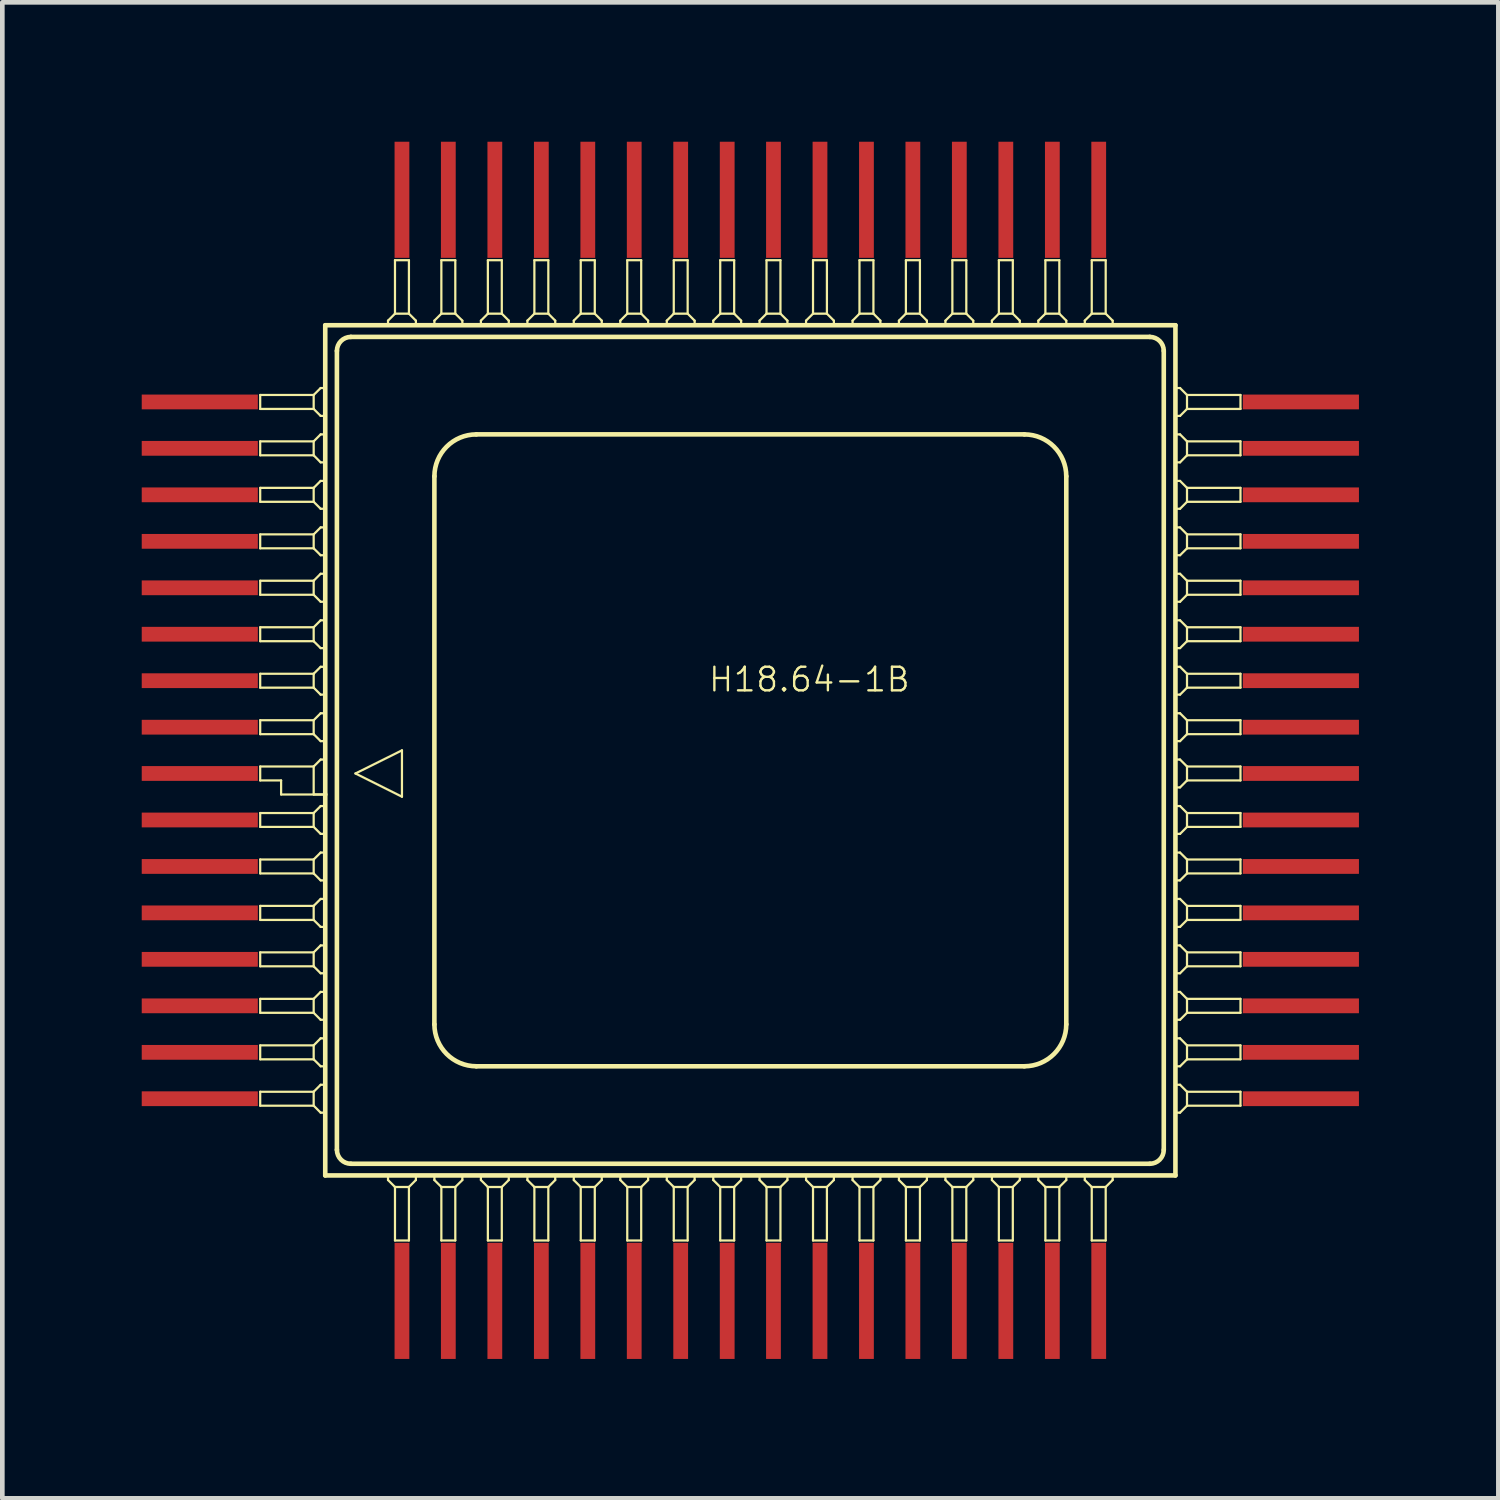
<source format=kicad_pcb>
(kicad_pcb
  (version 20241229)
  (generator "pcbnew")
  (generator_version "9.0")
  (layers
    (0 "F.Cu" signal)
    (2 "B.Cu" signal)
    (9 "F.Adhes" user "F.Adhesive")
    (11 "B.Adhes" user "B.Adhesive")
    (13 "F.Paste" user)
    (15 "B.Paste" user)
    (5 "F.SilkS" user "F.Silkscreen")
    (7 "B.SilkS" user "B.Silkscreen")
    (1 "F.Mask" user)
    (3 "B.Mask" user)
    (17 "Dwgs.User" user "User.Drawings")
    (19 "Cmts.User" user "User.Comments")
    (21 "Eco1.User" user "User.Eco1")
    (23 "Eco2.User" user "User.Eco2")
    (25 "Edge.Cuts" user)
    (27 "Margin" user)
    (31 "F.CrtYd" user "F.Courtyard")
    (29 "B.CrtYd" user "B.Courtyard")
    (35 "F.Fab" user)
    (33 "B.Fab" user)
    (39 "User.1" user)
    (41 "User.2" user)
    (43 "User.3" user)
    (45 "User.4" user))
  (footprint "H18.64-1B"
    (layer "F.Cu")
    (at 13.099 13.099)
    (property "Reference" "H18.64-1B" (at 1.27 -1.524 0) (layer "F.SilkS") (effects (font (size 0.508 0.508) (thickness 0.051))))
    (attr smd)
    (fp_line (start -10.549 -7.648) (end -10.549 -7.348) (stroke (width 0.048) (type solid)) (layer "F.SilkS"))
    (fp_line (start -10.549 -7.648) (end -9.398 -7.648) (stroke (width 0.048) (type solid)) (layer "F.SilkS"))
    (fp_line (start -10.549 -7.348) (end -9.398 -7.348) (stroke (width 0.048) (type solid)) (layer "F.SilkS"))
    (fp_line (start -10.549 -6.65) (end -10.549 -6.35) (stroke (width 0.048) (type solid)) (layer "F.SilkS"))
    (fp_line (start -10.549 -6.65) (end -9.398 -6.65) (stroke (width 0.048) (type solid)) (layer "F.SilkS"))
    (fp_line (start -10.549 -6.35) (end -9.398 -6.35) (stroke (width 0.048) (type solid)) (layer "F.SilkS"))
    (fp_line (start -10.549 -5.649) (end -10.549 -5.349) (stroke (width 0.048) (type solid)) (layer "F.SilkS"))
    (fp_line (start -10.549 -5.649) (end -9.398 -5.649) (stroke (width 0.048) (type solid)) (layer "F.SilkS"))
    (fp_line (start -10.549 -5.349) (end -9.398 -5.349) (stroke (width 0.048) (type solid)) (layer "F.SilkS"))
    (fp_line (start -10.549 -4.648) (end -10.549 -4.348) (stroke (width 0.048) (type solid)) (layer "F.SilkS"))
    (fp_line (start -10.549 -4.648) (end -9.398 -4.648) (stroke (width 0.048) (type solid)) (layer "F.SilkS"))
    (fp_line (start -10.549 -4.348) (end -9.398 -4.348) (stroke (width 0.048) (type solid)) (layer "F.SilkS"))
    (fp_line (start -10.549 -3.65) (end -10.549 -3.348) (stroke (width 0.048) (type solid)) (layer "F.SilkS"))
    (fp_line (start -10.549 -3.65) (end -9.398 -3.65) (stroke (width 0.048) (type solid)) (layer "F.SilkS"))
    (fp_line (start -10.549 -3.348) (end -9.398 -3.348) (stroke (width 0.048) (type solid)) (layer "F.SilkS"))
    (fp_line (start -10.549 -2.649) (end -10.549 -2.349) (stroke (width 0.048) (type solid)) (layer "F.SilkS"))
    (fp_line (start -10.549 -2.649) (end -9.398 -2.649) (stroke (width 0.048) (type solid)) (layer "F.SilkS"))
    (fp_line (start -10.549 -2.349) (end -9.398 -2.349) (stroke (width 0.048) (type solid)) (layer "F.SilkS"))
    (fp_line (start -10.549 -1.648) (end -10.549 -1.349) (stroke (width 0.048) (type solid)) (layer "F.SilkS"))
    (fp_line (start -10.549 -1.648) (end -9.398 -1.648) (stroke (width 0.048) (type solid)) (layer "F.SilkS"))
    (fp_line (start -10.549 -1.349) (end -9.398 -1.349) (stroke (width 0.048) (type solid)) (layer "F.SilkS"))
    (fp_line (start -10.549 -0.648) (end -10.549 -0.348) (stroke (width 0.048) (type solid)) (layer "F.SilkS"))
    (fp_line (start -10.549 -0.648) (end -9.398 -0.648) (stroke (width 0.048) (type solid)) (layer "F.SilkS"))
    (fp_line (start -10.549 -0.348) (end -9.398 -0.348) (stroke (width 0.048) (type solid)) (layer "F.SilkS"))
    (fp_line (start -10.549 0.348) (end -10.549 0.648) (stroke (width 0.048) (type solid)) (layer "F.SilkS"))
    (fp_line (start -10.549 0.348) (end -9.398 0.348) (stroke (width 0.048) (type solid)) (layer "F.SilkS"))
    (fp_line (start -10.549 0.648) (end -10.099 0.648) (stroke (width 0.048) (type solid)) (layer "F.SilkS"))
    (fp_line (start -10.549 1.349) (end -10.549 1.648) (stroke (width 0.048) (type solid)) (layer "F.SilkS"))
    (fp_line (start -10.549 1.349) (end -9.398 1.349) (stroke (width 0.048) (type solid)) (layer "F.SilkS"))
    (fp_line (start -10.549 1.648) (end -9.398 1.648) (stroke (width 0.048) (type solid)) (layer "F.SilkS"))
    (fp_line (start -10.549 2.349) (end -10.549 2.649) (stroke (width 0.048) (type solid)) (layer "F.SilkS"))
    (fp_line (start -10.549 2.349) (end -9.398 2.349) (stroke (width 0.048) (type solid)) (layer "F.SilkS"))
    (fp_line (start -10.549 2.649) (end -9.398 2.649) (stroke (width 0.048) (type solid)) (layer "F.SilkS"))
    (fp_line (start -10.549 3.348) (end -10.549 3.65) (stroke (width 0.048) (type solid)) (layer "F.SilkS"))
    (fp_line (start -10.549 3.348) (end -9.398 3.348) (stroke (width 0.048) (type solid)) (layer "F.SilkS"))
    (fp_line (start -10.549 3.65) (end -9.398 3.65) (stroke (width 0.048) (type solid)) (layer "F.SilkS"))
    (fp_line (start -10.549 4.348) (end -10.549 4.648) (stroke (width 0.048) (type solid)) (layer "F.SilkS"))
    (fp_line (start -10.549 4.348) (end -9.398 4.348) (stroke (width 0.048) (type solid)) (layer "F.SilkS"))
    (fp_line (start -10.549 4.648) (end -9.398 4.648) (stroke (width 0.048) (type solid)) (layer "F.SilkS"))
    (fp_line (start -10.549 5.349) (end -10.549 5.649) (stroke (width 0.048) (type solid)) (layer "F.SilkS"))
    (fp_line (start -10.549 5.349) (end -9.398 5.349) (stroke (width 0.048) (type solid)) (layer "F.SilkS"))
    (fp_line (start -10.549 5.649) (end -9.398 5.649) (stroke (width 0.048) (type solid)) (layer "F.SilkS"))
    (fp_line (start -10.549 6.35) (end -10.549 6.65) (stroke (width 0.048) (type solid)) (layer "F.SilkS"))
    (fp_line (start -10.549 6.35) (end -9.398 6.35) (stroke (width 0.048) (type solid)) (layer "F.SilkS"))
    (fp_line (start -10.549 6.65) (end -9.398 6.65) (stroke (width 0.048) (type solid)) (layer "F.SilkS"))
    (fp_line (start -10.549 7.348) (end -10.549 7.648) (stroke (width 0.048) (type solid)) (layer "F.SilkS"))
    (fp_line (start -10.549 7.348) (end -9.398 7.348) (stroke (width 0.048) (type solid)) (layer "F.SilkS"))
    (fp_line (start -10.549 7.648) (end -9.398 7.648) (stroke (width 0.048) (type solid)) (layer "F.SilkS"))
    (fp_line (start -10.099 0.648) (end -10.099 0.95) (stroke (width 0.048) (type solid)) (layer "F.SilkS"))
    (fp_line (start -10.099 0.95) (end -9.149 0.95) (stroke (width 0.048) (type solid)) (layer "F.SilkS"))
    (fp_line (start -9.398 -7.648) (end -9.398 -7.348) (stroke (width 0.048) (type solid)) (layer "F.SilkS"))
    (fp_line (start -9.398 -7.348) (end -9.248 -7.198) (stroke (width 0.048) (type solid)) (layer "F.SilkS"))
    (fp_line (start -9.398 -6.65) (end -9.398 -6.35) (stroke (width 0.048) (type solid)) (layer "F.SilkS"))
    (fp_line (start -9.398 -6.35) (end -9.248 -6.198) (stroke (width 0.048) (type solid)) (layer "F.SilkS"))
    (fp_line (start -9.398 -5.649) (end -9.398 -5.349) (stroke (width 0.048) (type solid)) (layer "F.SilkS"))
    (fp_line (start -9.398 -5.349) (end -9.248 -5.199) (stroke (width 0.048) (type solid)) (layer "F.SilkS"))
    (fp_line (start -9.398 -4.648) (end -9.398 -4.348) (stroke (width 0.048) (type solid)) (layer "F.SilkS"))
    (fp_line (start -9.398 -4.348) (end -9.248 -4.199) (stroke (width 0.048) (type solid)) (layer "F.SilkS"))
    (fp_line (start -9.398 -3.65) (end -9.398 -3.348) (stroke (width 0.048) (type solid)) (layer "F.SilkS"))
    (fp_line (start -9.398 -3.348) (end -9.248 -3.198) (stroke (width 0.048) (type solid)) (layer "F.SilkS"))
    (fp_line (start -9.398 -2.649) (end -9.398 -2.349) (stroke (width 0.048) (type solid)) (layer "F.SilkS"))
    (fp_line (start -9.398 -2.349) (end -9.248 -2.2) (stroke (width 0.048) (type solid)) (layer "F.SilkS"))
    (fp_line (start -9.398 -1.648) (end -9.398 -1.349) (stroke (width 0.048) (type solid)) (layer "F.SilkS"))
    (fp_line (start -9.398 -1.349) (end -9.248 -1.199) (stroke (width 0.048) (type solid)) (layer "F.SilkS"))
    (fp_line (start -9.398 -0.648) (end -9.398 -0.348) (stroke (width 0.048) (type solid)) (layer "F.SilkS"))
    (fp_line (start -9.398 -0.348) (end -9.248 -0.198) (stroke (width 0.048) (type solid)) (layer "F.SilkS"))
    (fp_line (start -9.398 0.348) (end -9.248 0.198) (stroke (width 0.048) (type solid)) (layer "F.SilkS"))
    (fp_line (start -9.398 0.95) (end -9.398 0.348) (stroke (width 0.048) (type solid)) (layer "F.SilkS"))
    (fp_line (start -9.398 1.349) (end -9.398 1.648) (stroke (width 0.048) (type solid)) (layer "F.SilkS"))
    (fp_line (start -9.398 1.648) (end -9.248 1.798) (stroke (width 0.048) (type solid)) (layer "F.SilkS"))
    (fp_line (start -9.398 2.349) (end -9.398 2.649) (stroke (width 0.048) (type solid)) (layer "F.SilkS"))
    (fp_line (start -9.398 2.649) (end -9.248 2.799) (stroke (width 0.048) (type solid)) (layer "F.SilkS"))
    (fp_line (start -9.398 3.348) (end -9.398 3.65) (stroke (width 0.048) (type solid)) (layer "F.SilkS"))
    (fp_line (start -9.398 3.65) (end -9.248 3.8) (stroke (width 0.048) (type solid)) (layer "F.SilkS"))
    (fp_line (start -9.398 4.348) (end -9.398 4.648) (stroke (width 0.048) (type solid)) (layer "F.SilkS"))
    (fp_line (start -9.398 4.648) (end -9.248 4.798) (stroke (width 0.048) (type solid)) (layer "F.SilkS"))
    (fp_line (start -9.398 5.349) (end -9.398 5.649) (stroke (width 0.048) (type solid)) (layer "F.SilkS"))
    (fp_line (start -9.398 5.649) (end -9.248 5.799) (stroke (width 0.048) (type solid)) (layer "F.SilkS"))
    (fp_line (start -9.398 6.35) (end -9.398 6.65) (stroke (width 0.048) (type solid)) (layer "F.SilkS"))
    (fp_line (start -9.398 6.65) (end -9.248 6.8) (stroke (width 0.048) (type solid)) (layer "F.SilkS"))
    (fp_line (start -9.398 7.348) (end -9.398 7.648) (stroke (width 0.048) (type solid)) (layer "F.SilkS"))
    (fp_line (start -9.398 7.648) (end -9.248 7.798) (stroke (width 0.048) (type solid)) (layer "F.SilkS"))
    (fp_line (start -9.248 -7.798) (end -9.398 -7.648) (stroke (width 0.048) (type solid)) (layer "F.SilkS"))
    (fp_line (start -9.248 -7.198) (end -9.149 -7.198) (stroke (width 0.048) (type solid)) (layer "F.SilkS"))
    (fp_line (start -9.248 -6.8) (end -9.398 -6.65) (stroke (width 0.048) (type solid)) (layer "F.SilkS"))
    (fp_line (start -9.248 -6.198) (end -9.149 -6.198) (stroke (width 0.048) (type solid)) (layer "F.SilkS"))
    (fp_line (start -9.248 -5.799) (end -9.398 -5.649) (stroke (width 0.048) (type solid)) (layer "F.SilkS"))
    (fp_line (start -9.248 -5.199) (end -9.149 -5.199) (stroke (width 0.048) (type solid)) (layer "F.SilkS"))
    (fp_line (start -9.248 -4.798) (end -9.398 -4.648) (stroke (width 0.048) (type solid)) (layer "F.SilkS"))
    (fp_line (start -9.248 -4.199) (end -9.149 -4.199) (stroke (width 0.048) (type solid)) (layer "F.SilkS"))
    (fp_line (start -9.248 -3.8) (end -9.398 -3.65) (stroke (width 0.048) (type solid)) (layer "F.SilkS"))
    (fp_line (start -9.248 -3.198) (end -9.149 -3.198) (stroke (width 0.048) (type solid)) (layer "F.SilkS"))
    (fp_line (start -9.248 -2.799) (end -9.398 -2.649) (stroke (width 0.048) (type solid)) (layer "F.SilkS"))
    (fp_line (start -9.248 -2.2) (end -9.149 -2.2) (stroke (width 0.048) (type solid)) (layer "F.SilkS"))
    (fp_line (start -9.248 -1.798) (end -9.398 -1.648) (stroke (width 0.048) (type solid)) (layer "F.SilkS"))
    (fp_line (start -9.248 -1.199) (end -9.149 -1.199) (stroke (width 0.048) (type solid)) (layer "F.SilkS"))
    (fp_line (start -9.248 -0.798) (end -9.398 -0.648) (stroke (width 0.048) (type solid)) (layer "F.SilkS"))
    (fp_line (start -9.248 -0.198) (end -9.149 -0.198) (stroke (width 0.048) (type solid)) (layer "F.SilkS"))
    (fp_line (start -9.248 0.198) (end -9.149 0.198) (stroke (width 0.048) (type solid)) (layer "F.SilkS"))
    (fp_line (start -9.248 1.199) (end -9.398 1.349) (stroke (width 0.048) (type solid)) (layer "F.SilkS"))
    (fp_line (start -9.248 1.798) (end -9.149 1.798) (stroke (width 0.048) (type solid)) (layer "F.SilkS"))
    (fp_line (start -9.248 2.2) (end -9.398 2.349) (stroke (width 0.048) (type solid)) (layer "F.SilkS"))
    (fp_line (start -9.248 2.799) (end -9.149 2.799) (stroke (width 0.048) (type solid)) (layer "F.SilkS"))
    (fp_line (start -9.248 3.198) (end -9.398 3.348) (stroke (width 0.048) (type solid)) (layer "F.SilkS"))
    (fp_line (start -9.248 3.8) (end -9.149 3.8) (stroke (width 0.048) (type solid)) (layer "F.SilkS"))
    (fp_line (start -9.248 4.199) (end -9.398 4.348) (stroke (width 0.048) (type solid)) (layer "F.SilkS"))
    (fp_line (start -9.248 4.798) (end -9.149 4.798) (stroke (width 0.048) (type solid)) (layer "F.SilkS"))
    (fp_line (start -9.248 5.199) (end -9.398 5.349) (stroke (width 0.048) (type solid)) (layer "F.SilkS"))
    (fp_line (start -9.248 5.799) (end -9.149 5.799) (stroke (width 0.048) (type solid)) (layer "F.SilkS"))
    (fp_line (start -9.248 6.198) (end -9.398 6.35) (stroke (width 0.048) (type solid)) (layer "F.SilkS"))
    (fp_line (start -9.248 6.8) (end -9.149 6.8) (stroke (width 0.048) (type solid)) (layer "F.SilkS"))
    (fp_line (start -9.248 7.198) (end -9.398 7.348) (stroke (width 0.048) (type solid)) (layer "F.SilkS"))
    (fp_line (start -9.248 7.798) (end -9.149 7.798) (stroke (width 0.048) (type solid)) (layer "F.SilkS"))
    (fp_line (start -9.149 -9.149) (end -9.149 0.95) (stroke (width 0.099) (type solid)) (layer "F.SilkS"))
    (fp_line (start -9.149 -7.798) (end -9.248 -7.798) (stroke (width 0.048) (type solid)) (layer "F.SilkS"))
    (fp_line (start -9.149 -7.198) (end -9.149 -7.798) (stroke (width 0.048) (type solid)) (layer "F.SilkS"))
    (fp_line (start -9.149 -6.8) (end -9.248 -6.8) (stroke (width 0.048) (type solid)) (layer "F.SilkS"))
    (fp_line (start -9.149 -6.198) (end -9.149 -6.8) (stroke (width 0.048) (type solid)) (layer "F.SilkS"))
    (fp_line (start -9.149 -5.799) (end -9.248 -5.799) (stroke (width 0.048) (type solid)) (layer "F.SilkS"))
    (fp_line (start -9.149 -5.199) (end -9.149 -5.799) (stroke (width 0.048) (type solid)) (layer "F.SilkS"))
    (fp_line (start -9.149 -4.798) (end -9.248 -4.798) (stroke (width 0.048) (type solid)) (layer "F.SilkS"))
    (fp_line (start -9.149 -4.199) (end -9.149 -4.798) (stroke (width 0.048) (type solid)) (layer "F.SilkS"))
    (fp_line (start -9.149 -3.8) (end -9.248 -3.8) (stroke (width 0.048) (type solid)) (layer "F.SilkS"))
    (fp_line (start -9.149 -3.198) (end -9.149 -3.8) (stroke (width 0.048) (type solid)) (layer "F.SilkS"))
    (fp_line (start -9.149 -2.799) (end -9.248 -2.799) (stroke (width 0.048) (type solid)) (layer "F.SilkS"))
    (fp_line (start -9.149 -2.2) (end -9.149 -2.799) (stroke (width 0.048) (type solid)) (layer "F.SilkS"))
    (fp_line (start -9.149 -1.798) (end -9.248 -1.798) (stroke (width 0.048) (type solid)) (layer "F.SilkS"))
    (fp_line (start -9.149 -1.199) (end -9.149 -1.798) (stroke (width 0.048) (type solid)) (layer "F.SilkS"))
    (fp_line (start -9.149 -0.798) (end -9.248 -0.798) (stroke (width 0.048) (type solid)) (layer "F.SilkS"))
    (fp_line (start -9.149 -0.198) (end -9.149 -0.798) (stroke (width 0.048) (type solid)) (layer "F.SilkS"))
    (fp_line (start -9.149 0.198) (end -9.149 0.95) (stroke (width 0.048) (type solid)) (layer "F.SilkS"))
    (fp_line (start -9.149 0.95) (end -9.398 0.95) (stroke (width 0.048) (type solid)) (layer "F.SilkS"))
    (fp_line (start -9.149 0.95) (end -9.149 9.149) (stroke (width 0.099) (type solid)) (layer "F.SilkS"))
    (fp_line (start -9.149 1.199) (end -9.248 1.199) (stroke (width 0.048) (type solid)) (layer "F.SilkS"))
    (fp_line (start -9.149 1.798) (end -9.149 1.199) (stroke (width 0.048) (type solid)) (layer "F.SilkS"))
    (fp_line (start -9.149 2.2) (end -9.248 2.2) (stroke (width 0.048) (type solid)) (layer "F.SilkS"))
    (fp_line (start -9.149 2.799) (end -9.149 2.2) (stroke (width 0.048) (type solid)) (layer "F.SilkS"))
    (fp_line (start -9.149 3.198) (end -9.248 3.198) (stroke (width 0.048) (type solid)) (layer "F.SilkS"))
    (fp_line (start -9.149 3.8) (end -9.149 3.198) (stroke (width 0.048) (type solid)) (layer "F.SilkS"))
    (fp_line (start -9.149 4.199) (end -9.248 4.199) (stroke (width 0.048) (type solid)) (layer "F.SilkS"))
    (fp_line (start -9.149 4.798) (end -9.149 4.199) (stroke (width 0.048) (type solid)) (layer "F.SilkS"))
    (fp_line (start -9.149 5.199) (end -9.248 5.199) (stroke (width 0.048) (type solid)) (layer "F.SilkS"))
    (fp_line (start -9.149 5.799) (end -9.149 5.199) (stroke (width 0.048) (type solid)) (layer "F.SilkS"))
    (fp_line (start -9.149 6.198) (end -9.248 6.198) (stroke (width 0.048) (type solid)) (layer "F.SilkS"))
    (fp_line (start -9.149 6.8) (end -9.149 6.198) (stroke (width 0.048) (type solid)) (layer "F.SilkS"))
    (fp_line (start -9.149 7.198) (end -9.248 7.198) (stroke (width 0.048) (type solid)) (layer "F.SilkS"))
    (fp_line (start -9.149 7.798) (end -9.149 7.198) (stroke (width 0.048) (type solid)) (layer "F.SilkS"))
    (fp_line (start -9.149 9.149) (end 9.149 9.149) (stroke (width 0.099) (type solid)) (layer "F.SilkS"))
    (fp_line (start -8.898 8.598) (end -8.898 -8.598) (stroke (width 0.099) (type solid)) (layer "F.SilkS"))
    (fp_line (start -8.598 8.898) (end 8.598 8.898) (stroke (width 0.099) (type solid)) (layer "F.SilkS"))
    (fp_line (start -8.499 0.498) (end -7.498 0) (stroke (width 0.048) (type solid)) (layer "F.SilkS"))
    (fp_line (start -7.798 -9.248) (end -7.798 -9.149) (stroke (width 0.048) (type solid)) (layer "F.SilkS"))
    (fp_line (start -7.798 -9.149) (end -7.198 -9.149) (stroke (width 0.048) (type solid)) (layer "F.SilkS"))
    (fp_line (start -7.798 9.149) (end -7.798 9.248) (stroke (width 0.048) (type solid)) (layer "F.SilkS"))
    (fp_line (start -7.798 9.248) (end -7.648 9.398) (stroke (width 0.048) (type solid)) (layer "F.SilkS"))
    (fp_line (start -7.648 -10.549) (end -7.648 -9.398) (stroke (width 0.048) (type solid)) (layer "F.SilkS"))
    (fp_line (start -7.648 -9.398) (end -7.798 -9.248) (stroke (width 0.048) (type solid)) (layer "F.SilkS"))
    (fp_line (start -7.648 9.398) (end -7.348 9.398) (stroke (width 0.048) (type solid)) (layer "F.SilkS"))
    (fp_line (start -7.648 10.549) (end -7.648 9.398) (stroke (width 0.048) (type solid)) (layer "F.SilkS"))
    (fp_line (start -7.648 10.549) (end -7.348 10.549) (stroke (width 0.048) (type solid)) (layer "F.SilkS"))
    (fp_line (start -7.498 0) (end -7.498 0.998) (stroke (width 0.048) (type solid)) (layer "F.SilkS"))
    (fp_line (start -7.498 0.998) (end -8.499 0.498) (stroke (width 0.048) (type solid)) (layer "F.SilkS"))
    (fp_line (start -7.348 -10.549) (end -7.648 -10.549) (stroke (width 0.048) (type solid)) (layer "F.SilkS"))
    (fp_line (start -7.348 -10.549) (end -7.348 -9.398) (stroke (width 0.048) (type solid)) (layer "F.SilkS"))
    (fp_line (start -7.348 -9.398) (end -7.648 -9.398) (stroke (width 0.048) (type solid)) (layer "F.SilkS"))
    (fp_line (start -7.348 9.398) (end -7.198 9.248) (stroke (width 0.048) (type solid)) (layer "F.SilkS"))
    (fp_line (start -7.348 10.549) (end -7.348 9.398) (stroke (width 0.048) (type solid)) (layer "F.SilkS"))
    (fp_line (start -7.198 -9.248) (end -7.348 -9.398) (stroke (width 0.048) (type solid)) (layer "F.SilkS"))
    (fp_line (start -7.198 -9.149) (end -7.198 -9.248) (stroke (width 0.048) (type solid)) (layer "F.SilkS"))
    (fp_line (start -7.198 9.149) (end -7.798 9.149) (stroke (width 0.048) (type solid)) (layer "F.SilkS"))
    (fp_line (start -7.198 9.248) (end -7.198 9.149) (stroke (width 0.048) (type solid)) (layer "F.SilkS"))
    (fp_line (start -6.8 -9.248) (end -6.8 -9.149) (stroke (width 0.048) (type solid)) (layer "F.SilkS"))
    (fp_line (start -6.8 -9.149) (end -6.198 -9.149) (stroke (width 0.048) (type solid)) (layer "F.SilkS"))
    (fp_line (start -6.8 -5.898) (end -6.8 5.898) (stroke (width 0.099) (type solid)) (layer "F.SilkS"))
    (fp_line (start -6.8 9.149) (end -6.8 9.248) (stroke (width 0.048) (type solid)) (layer "F.SilkS"))
    (fp_line (start -6.8 9.248) (end -6.65 9.398) (stroke (width 0.048) (type solid)) (layer "F.SilkS"))
    (fp_line (start -6.65 -10.549) (end -6.65 -9.398) (stroke (width 0.048) (type solid)) (layer "F.SilkS"))
    (fp_line (start -6.65 -9.398) (end -6.8 -9.248) (stroke (width 0.048) (type solid)) (layer "F.SilkS"))
    (fp_line (start -6.65 9.398) (end -6.35 9.398) (stroke (width 0.048) (type solid)) (layer "F.SilkS"))
    (fp_line (start -6.65 10.549) (end -6.65 9.398) (stroke (width 0.048) (type solid)) (layer "F.SilkS"))
    (fp_line (start -6.65 10.549) (end -6.35 10.549) (stroke (width 0.048) (type solid)) (layer "F.SilkS"))
    (fp_line (start -6.35 -10.549) (end -6.65 -10.549) (stroke (width 0.048) (type solid)) (layer "F.SilkS"))
    (fp_line (start -6.35 -10.549) (end -6.35 -9.398) (stroke (width 0.048) (type solid)) (layer "F.SilkS"))
    (fp_line (start -6.35 -9.398) (end -6.65 -9.398) (stroke (width 0.048) (type solid)) (layer "F.SilkS"))
    (fp_line (start -6.35 9.398) (end -6.198 9.248) (stroke (width 0.048) (type solid)) (layer "F.SilkS"))
    (fp_line (start -6.35 10.549) (end -6.35 9.398) (stroke (width 0.048) (type solid)) (layer "F.SilkS"))
    (fp_line (start -6.198 -9.248) (end -6.35 -9.398) (stroke (width 0.048) (type solid)) (layer "F.SilkS"))
    (fp_line (start -6.198 -9.149) (end -6.198 -9.248) (stroke (width 0.048) (type solid)) (layer "F.SilkS"))
    (fp_line (start -6.198 9.149) (end -6.8 9.149) (stroke (width 0.048) (type solid)) (layer "F.SilkS"))
    (fp_line (start -6.198 9.248) (end -6.198 9.149) (stroke (width 0.048) (type solid)) (layer "F.SilkS"))
    (fp_line (start -5.799 -9.248) (end -5.799 -9.149) (stroke (width 0.048) (type solid)) (layer "F.SilkS"))
    (fp_line (start -5.799 -9.149) (end -5.199 -9.149) (stroke (width 0.048) (type solid)) (layer "F.SilkS"))
    (fp_line (start -5.799 9.149) (end -5.799 9.248) (stroke (width 0.048) (type solid)) (layer "F.SilkS"))
    (fp_line (start -5.799 9.248) (end -5.649 9.398) (stroke (width 0.048) (type solid)) (layer "F.SilkS"))
    (fp_line (start -5.649 -10.549) (end -5.649 -9.398) (stroke (width 0.048) (type solid)) (layer "F.SilkS"))
    (fp_line (start -5.649 -9.398) (end -5.799 -9.248) (stroke (width 0.048) (type solid)) (layer "F.SilkS"))
    (fp_line (start -5.649 9.398) (end -5.349 9.398) (stroke (width 0.048) (type solid)) (layer "F.SilkS"))
    (fp_line (start -5.649 10.549) (end -5.649 9.398) (stroke (width 0.048) (type solid)) (layer "F.SilkS"))
    (fp_line (start -5.649 10.549) (end -5.349 10.549) (stroke (width 0.048) (type solid)) (layer "F.SilkS"))
    (fp_line (start -5.349 -10.549) (end -5.649 -10.549) (stroke (width 0.048) (type solid)) (layer "F.SilkS"))
    (fp_line (start -5.349 -10.549) (end -5.349 -9.398) (stroke (width 0.048) (type solid)) (layer "F.SilkS"))
    (fp_line (start -5.349 -9.398) (end -5.649 -9.398) (stroke (width 0.048) (type solid)) (layer "F.SilkS"))
    (fp_line (start -5.349 9.398) (end -5.199 9.248) (stroke (width 0.048) (type solid)) (layer "F.SilkS"))
    (fp_line (start -5.349 10.549) (end -5.349 9.398) (stroke (width 0.048) (type solid)) (layer "F.SilkS"))
    (fp_line (start -5.199 -9.248) (end -5.349 -9.398) (stroke (width 0.048) (type solid)) (layer "F.SilkS"))
    (fp_line (start -5.199 -9.149) (end -5.199 -9.248) (stroke (width 0.048) (type solid)) (layer "F.SilkS"))
    (fp_line (start -5.199 9.149) (end -5.799 9.149) (stroke (width 0.048) (type solid)) (layer "F.SilkS"))
    (fp_line (start -5.199 9.248) (end -5.199 9.149) (stroke (width 0.048) (type solid)) (layer "F.SilkS"))
    (fp_line (start -4.798 -9.248) (end -4.798 -9.149) (stroke (width 0.048) (type solid)) (layer "F.SilkS"))
    (fp_line (start -4.798 -9.149) (end -4.199 -9.149) (stroke (width 0.048) (type solid)) (layer "F.SilkS"))
    (fp_line (start -4.798 9.149) (end -4.798 9.248) (stroke (width 0.048) (type solid)) (layer "F.SilkS"))
    (fp_line (start -4.798 9.248) (end -4.648 9.398) (stroke (width 0.048) (type solid)) (layer "F.SilkS"))
    (fp_line (start -4.648 -10.549) (end -4.648 -9.398) (stroke (width 0.048) (type solid)) (layer "F.SilkS"))
    (fp_line (start -4.648 -9.398) (end -4.798 -9.248) (stroke (width 0.048) (type solid)) (layer "F.SilkS"))
    (fp_line (start -4.648 9.398) (end -4.348 9.398) (stroke (width 0.048) (type solid)) (layer "F.SilkS"))
    (fp_line (start -4.648 10.549) (end -4.648 9.398) (stroke (width 0.048) (type solid)) (layer "F.SilkS"))
    (fp_line (start -4.648 10.549) (end -4.348 10.549) (stroke (width 0.048) (type solid)) (layer "F.SilkS"))
    (fp_line (start -4.348 -10.549) (end -4.648 -10.549) (stroke (width 0.048) (type solid)) (layer "F.SilkS"))
    (fp_line (start -4.348 -10.549) (end -4.348 -9.398) (stroke (width 0.048) (type solid)) (layer "F.SilkS"))
    (fp_line (start -4.348 -9.398) (end -4.648 -9.398) (stroke (width 0.048) (type solid)) (layer "F.SilkS"))
    (fp_line (start -4.348 9.398) (end -4.199 9.248) (stroke (width 0.048) (type solid)) (layer "F.SilkS"))
    (fp_line (start -4.348 10.549) (end -4.348 9.398) (stroke (width 0.048) (type solid)) (layer "F.SilkS"))
    (fp_line (start -4.199 -9.248) (end -4.348 -9.398) (stroke (width 0.048) (type solid)) (layer "F.SilkS"))
    (fp_line (start -4.199 -9.149) (end -4.199 -9.248) (stroke (width 0.048) (type solid)) (layer "F.SilkS"))
    (fp_line (start -4.199 9.149) (end -4.798 9.149) (stroke (width 0.048) (type solid)) (layer "F.SilkS"))
    (fp_line (start -4.199 9.248) (end -4.199 9.149) (stroke (width 0.048) (type solid)) (layer "F.SilkS"))
    (fp_line (start -3.8 -9.248) (end -3.8 -9.149) (stroke (width 0.048) (type solid)) (layer "F.SilkS"))
    (fp_line (start -3.8 -9.149) (end -3.198 -9.149) (stroke (width 0.048) (type solid)) (layer "F.SilkS"))
    (fp_line (start -3.8 9.149) (end -3.8 9.248) (stroke (width 0.048) (type solid)) (layer "F.SilkS"))
    (fp_line (start -3.8 9.248) (end -3.65 9.398) (stroke (width 0.048) (type solid)) (layer "F.SilkS"))
    (fp_line (start -3.65 -10.549) (end -3.65 -9.398) (stroke (width 0.048) (type solid)) (layer "F.SilkS"))
    (fp_line (start -3.65 -9.398) (end -3.8 -9.248) (stroke (width 0.048) (type solid)) (layer "F.SilkS"))
    (fp_line (start -3.65 9.398) (end -3.348 9.398) (stroke (width 0.048) (type solid)) (layer "F.SilkS"))
    (fp_line (start -3.65 10.549) (end -3.65 9.398) (stroke (width 0.048) (type solid)) (layer "F.SilkS"))
    (fp_line (start -3.65 10.549) (end -3.348 10.549) (stroke (width 0.048) (type solid)) (layer "F.SilkS"))
    (fp_line (start -3.348 -10.549) (end -3.65 -10.549) (stroke (width 0.048) (type solid)) (layer "F.SilkS"))
    (fp_line (start -3.348 -10.549) (end -3.348 -9.398) (stroke (width 0.048) (type solid)) (layer "F.SilkS"))
    (fp_line (start -3.348 -9.398) (end -3.65 -9.398) (stroke (width 0.048) (type solid)) (layer "F.SilkS"))
    (fp_line (start -3.348 9.398) (end -3.198 9.248) (stroke (width 0.048) (type solid)) (layer "F.SilkS"))
    (fp_line (start -3.348 10.549) (end -3.348 9.398) (stroke (width 0.048) (type solid)) (layer "F.SilkS"))
    (fp_line (start -3.198 -9.248) (end -3.348 -9.398) (stroke (width 0.048) (type solid)) (layer "F.SilkS"))
    (fp_line (start -3.198 -9.149) (end -3.198 -9.248) (stroke (width 0.048) (type solid)) (layer "F.SilkS"))
    (fp_line (start -3.198 9.149) (end -3.8 9.149) (stroke (width 0.048) (type solid)) (layer "F.SilkS"))
    (fp_line (start -3.198 9.248) (end -3.198 9.149) (stroke (width 0.048) (type solid)) (layer "F.SilkS"))
    (fp_line (start -2.799 -9.248) (end -2.799 -9.149) (stroke (width 0.048) (type solid)) (layer "F.SilkS"))
    (fp_line (start -2.799 -9.149) (end -2.2 -9.149) (stroke (width 0.048) (type solid)) (layer "F.SilkS"))
    (fp_line (start -2.799 9.149) (end -2.799 9.248) (stroke (width 0.048) (type solid)) (layer "F.SilkS"))
    (fp_line (start -2.799 9.248) (end -2.649 9.398) (stroke (width 0.048) (type solid)) (layer "F.SilkS"))
    (fp_line (start -2.649 -10.549) (end -2.649 -9.398) (stroke (width 0.048) (type solid)) (layer "F.SilkS"))
    (fp_line (start -2.649 -9.398) (end -2.799 -9.248) (stroke (width 0.048) (type solid)) (layer "F.SilkS"))
    (fp_line (start -2.649 9.398) (end -2.349 9.398) (stroke (width 0.048) (type solid)) (layer "F.SilkS"))
    (fp_line (start -2.649 10.549) (end -2.649 9.398) (stroke (width 0.048) (type solid)) (layer "F.SilkS"))
    (fp_line (start -2.649 10.549) (end -2.349 10.549) (stroke (width 0.048) (type solid)) (layer "F.SilkS"))
    (fp_line (start -2.349 -10.549) (end -2.649 -10.549) (stroke (width 0.048) (type solid)) (layer "F.SilkS"))
    (fp_line (start -2.349 -10.549) (end -2.349 -9.398) (stroke (width 0.048) (type solid)) (layer "F.SilkS"))
    (fp_line (start -2.349 -9.398) (end -2.649 -9.398) (stroke (width 0.048) (type solid)) (layer "F.SilkS"))
    (fp_line (start -2.349 9.398) (end -2.2 9.248) (stroke (width 0.048) (type solid)) (layer "F.SilkS"))
    (fp_line (start -2.349 10.549) (end -2.349 9.398) (stroke (width 0.048) (type solid)) (layer "F.SilkS"))
    (fp_line (start -2.2 -9.248) (end -2.349 -9.398) (stroke (width 0.048) (type solid)) (layer "F.SilkS"))
    (fp_line (start -2.2 -9.149) (end -2.2 -9.248) (stroke (width 0.048) (type solid)) (layer "F.SilkS"))
    (fp_line (start -2.2 9.149) (end -2.799 9.149) (stroke (width 0.048) (type solid)) (layer "F.SilkS"))
    (fp_line (start -2.2 9.248) (end -2.2 9.149) (stroke (width 0.048) (type solid)) (layer "F.SilkS"))
    (fp_line (start -1.798 -9.248) (end -1.798 -9.149) (stroke (width 0.048) (type solid)) (layer "F.SilkS"))
    (fp_line (start -1.798 -9.149) (end -1.199 -9.149) (stroke (width 0.048) (type solid)) (layer "F.SilkS"))
    (fp_line (start -1.798 9.149) (end -1.798 9.248) (stroke (width 0.048) (type solid)) (layer "F.SilkS"))
    (fp_line (start -1.798 9.248) (end -1.648 9.398) (stroke (width 0.048) (type solid)) (layer "F.SilkS"))
    (fp_line (start -1.648 -10.549) (end -1.648 -9.398) (stroke (width 0.048) (type solid)) (layer "F.SilkS"))
    (fp_line (start -1.648 -9.398) (end -1.798 -9.248) (stroke (width 0.048) (type solid)) (layer "F.SilkS"))
    (fp_line (start -1.648 9.398) (end -1.349 9.398) (stroke (width 0.048) (type solid)) (layer "F.SilkS"))
    (fp_line (start -1.648 10.549) (end -1.648 9.398) (stroke (width 0.048) (type solid)) (layer "F.SilkS"))
    (fp_line (start -1.648 10.549) (end -1.349 10.549) (stroke (width 0.048) (type solid)) (layer "F.SilkS"))
    (fp_line (start -1.349 -10.549) (end -1.648 -10.549) (stroke (width 0.048) (type solid)) (layer "F.SilkS"))
    (fp_line (start -1.349 -10.549) (end -1.349 -9.398) (stroke (width 0.048) (type solid)) (layer "F.SilkS"))
    (fp_line (start -1.349 -9.398) (end -1.648 -9.398) (stroke (width 0.048) (type solid)) (layer "F.SilkS"))
    (fp_line (start -1.349 9.398) (end -1.199 9.248) (stroke (width 0.048) (type solid)) (layer "F.SilkS"))
    (fp_line (start -1.349 10.549) (end -1.349 9.398) (stroke (width 0.048) (type solid)) (layer "F.SilkS"))
    (fp_line (start -1.199 -9.248) (end -1.349 -9.398) (stroke (width 0.048) (type solid)) (layer "F.SilkS"))
    (fp_line (start -1.199 -9.149) (end -1.199 -9.248) (stroke (width 0.048) (type solid)) (layer "F.SilkS"))
    (fp_line (start -1.199 9.149) (end -1.798 9.149) (stroke (width 0.048) (type solid)) (layer "F.SilkS"))
    (fp_line (start -1.199 9.248) (end -1.199 9.149) (stroke (width 0.048) (type solid)) (layer "F.SilkS"))
    (fp_line (start -0.798 -9.248) (end -0.798 -9.149) (stroke (width 0.048) (type solid)) (layer "F.SilkS"))
    (fp_line (start -0.798 -9.149) (end -0.198 -9.149) (stroke (width 0.048) (type solid)) (layer "F.SilkS"))
    (fp_line (start -0.798 9.149) (end -0.798 9.248) (stroke (width 0.048) (type solid)) (layer "F.SilkS"))
    (fp_line (start -0.798 9.248) (end -0.648 9.398) (stroke (width 0.048) (type solid)) (layer "F.SilkS"))
    (fp_line (start -0.648 -10.549) (end -0.648 -9.398) (stroke (width 0.048) (type solid)) (layer "F.SilkS"))
    (fp_line (start -0.648 -9.398) (end -0.798 -9.248) (stroke (width 0.048) (type solid)) (layer "F.SilkS"))
    (fp_line (start -0.648 9.398) (end -0.348 9.398) (stroke (width 0.048) (type solid)) (layer "F.SilkS"))
    (fp_line (start -0.648 10.549) (end -0.648 9.398) (stroke (width 0.048) (type solid)) (layer "F.SilkS"))
    (fp_line (start -0.648 10.549) (end -0.348 10.549) (stroke (width 0.048) (type solid)) (layer "F.SilkS"))
    (fp_line (start -0.348 -10.549) (end -0.648 -10.549) (stroke (width 0.048) (type solid)) (layer "F.SilkS"))
    (fp_line (start -0.348 -10.549) (end -0.348 -9.398) (stroke (width 0.048) (type solid)) (layer "F.SilkS"))
    (fp_line (start -0.348 -9.398) (end -0.648 -9.398) (stroke (width 0.048) (type solid)) (layer "F.SilkS"))
    (fp_line (start -0.348 9.398) (end -0.198 9.248) (stroke (width 0.048) (type solid)) (layer "F.SilkS"))
    (fp_line (start -0.348 10.549) (end -0.348 9.398) (stroke (width 0.048) (type solid)) (layer "F.SilkS"))
    (fp_line (start -0.198 -9.248) (end -0.348 -9.398) (stroke (width 0.048) (type solid)) (layer "F.SilkS"))
    (fp_line (start -0.198 -9.149) (end -0.198 -9.248) (stroke (width 0.048) (type solid)) (layer "F.SilkS"))
    (fp_line (start -0.198 9.149) (end -0.798 9.149) (stroke (width 0.048) (type solid)) (layer "F.SilkS"))
    (fp_line (start -0.198 9.248) (end -0.198 9.149) (stroke (width 0.048) (type solid)) (layer "F.SilkS"))
    (fp_line (start 0.198 -9.248) (end 0.198 -9.149) (stroke (width 0.048) (type solid)) (layer "F.SilkS"))
    (fp_line (start 0.198 -9.149) (end 0.798 -9.149) (stroke (width 0.048) (type solid)) (layer "F.SilkS"))
    (fp_line (start 0.198 9.149) (end 0.198 9.248) (stroke (width 0.048) (type solid)) (layer "F.SilkS"))
    (fp_line (start 0.198 9.248) (end 0.348 9.398) (stroke (width 0.048) (type solid)) (layer "F.SilkS"))
    (fp_line (start 0.348 -10.549) (end 0.348 -9.398) (stroke (width 0.048) (type solid)) (layer "F.SilkS"))
    (fp_line (start 0.348 -9.398) (end 0.198 -9.248) (stroke (width 0.048) (type solid)) (layer "F.SilkS"))
    (fp_line (start 0.348 9.398) (end 0.648 9.398) (stroke (width 0.048) (type solid)) (layer "F.SilkS"))
    (fp_line (start 0.348 10.549) (end 0.348 9.398) (stroke (width 0.048) (type solid)) (layer "F.SilkS"))
    (fp_line (start 0.348 10.549) (end 0.648 10.549) (stroke (width 0.048) (type solid)) (layer "F.SilkS"))
    (fp_line (start 0.648 -10.549) (end 0.348 -10.549) (stroke (width 0.048) (type solid)) (layer "F.SilkS"))
    (fp_line (start 0.648 -10.549) (end 0.648 -9.398) (stroke (width 0.048) (type solid)) (layer "F.SilkS"))
    (fp_line (start 0.648 -9.398) (end 0.348 -9.398) (stroke (width 0.048) (type solid)) (layer "F.SilkS"))
    (fp_line (start 0.648 9.398) (end 0.798 9.248) (stroke (width 0.048) (type solid)) (layer "F.SilkS"))
    (fp_line (start 0.648 10.549) (end 0.648 9.398) (stroke (width 0.048) (type solid)) (layer "F.SilkS"))
    (fp_line (start 0.798 -9.248) (end 0.648 -9.398) (stroke (width 0.048) (type solid)) (layer "F.SilkS"))
    (fp_line (start 0.798 -9.149) (end 0.798 -9.248) (stroke (width 0.048) (type solid)) (layer "F.SilkS"))
    (fp_line (start 0.798 9.149) (end 0.198 9.149) (stroke (width 0.048) (type solid)) (layer "F.SilkS"))
    (fp_line (start 0.798 9.248) (end 0.798 9.149) (stroke (width 0.048) (type solid)) (layer "F.SilkS"))
    (fp_line (start 1.199 -9.248) (end 1.199 -9.149) (stroke (width 0.048) (type solid)) (layer "F.SilkS"))
    (fp_line (start 1.199 -9.149) (end 1.798 -9.149) (stroke (width 0.048) (type solid)) (layer "F.SilkS"))
    (fp_line (start 1.199 9.149) (end 1.199 9.248) (stroke (width 0.048) (type solid)) (layer "F.SilkS"))
    (fp_line (start 1.199 9.248) (end 1.349 9.398) (stroke (width 0.048) (type solid)) (layer "F.SilkS"))
    (fp_line (start 1.349 -10.549) (end 1.349 -9.398) (stroke (width 0.048) (type solid)) (layer "F.SilkS"))
    (fp_line (start 1.349 -9.398) (end 1.199 -9.248) (stroke (width 0.048) (type solid)) (layer "F.SilkS"))
    (fp_line (start 1.349 9.398) (end 1.648 9.398) (stroke (width 0.048) (type solid)) (layer "F.SilkS"))
    (fp_line (start 1.349 10.549) (end 1.349 9.398) (stroke (width 0.048) (type solid)) (layer "F.SilkS"))
    (fp_line (start 1.349 10.549) (end 1.648 10.549) (stroke (width 0.048) (type solid)) (layer "F.SilkS"))
    (fp_line (start 1.648 -10.549) (end 1.349 -10.549) (stroke (width 0.048) (type solid)) (layer "F.SilkS"))
    (fp_line (start 1.648 -10.549) (end 1.648 -9.398) (stroke (width 0.048) (type solid)) (layer "F.SilkS"))
    (fp_line (start 1.648 -9.398) (end 1.349 -9.398) (stroke (width 0.048) (type solid)) (layer "F.SilkS"))
    (fp_line (start 1.648 9.398) (end 1.798 9.248) (stroke (width 0.048) (type solid)) (layer "F.SilkS"))
    (fp_line (start 1.648 10.549) (end 1.648 9.398) (stroke (width 0.048) (type solid)) (layer "F.SilkS"))
    (fp_line (start 1.798 -9.248) (end 1.648 -9.398) (stroke (width 0.048) (type solid)) (layer "F.SilkS"))
    (fp_line (start 1.798 -9.149) (end 1.798 -9.248) (stroke (width 0.048) (type solid)) (layer "F.SilkS"))
    (fp_line (start 1.798 9.149) (end 1.199 9.149) (stroke (width 0.048) (type solid)) (layer "F.SilkS"))
    (fp_line (start 1.798 9.248) (end 1.798 9.149) (stroke (width 0.048) (type solid)) (layer "F.SilkS"))
    (fp_line (start 2.2 -9.248) (end 2.2 -9.149) (stroke (width 0.048) (type solid)) (layer "F.SilkS"))
    (fp_line (start 2.2 -9.149) (end 2.799 -9.149) (stroke (width 0.048) (type solid)) (layer "F.SilkS"))
    (fp_line (start 2.2 9.149) (end 2.2 9.248) (stroke (width 0.048) (type solid)) (layer "F.SilkS"))
    (fp_line (start 2.2 9.248) (end 2.349 9.398) (stroke (width 0.048) (type solid)) (layer "F.SilkS"))
    (fp_line (start 2.349 -10.549) (end 2.349 -9.398) (stroke (width 0.048) (type solid)) (layer "F.SilkS"))
    (fp_line (start 2.349 -9.398) (end 2.2 -9.248) (stroke (width 0.048) (type solid)) (layer "F.SilkS"))
    (fp_line (start 2.349 9.398) (end 2.649 9.398) (stroke (width 0.048) (type solid)) (layer "F.SilkS"))
    (fp_line (start 2.349 10.549) (end 2.349 9.398) (stroke (width 0.048) (type solid)) (layer "F.SilkS"))
    (fp_line (start 2.349 10.549) (end 2.649 10.549) (stroke (width 0.048) (type solid)) (layer "F.SilkS"))
    (fp_line (start 2.649 -10.549) (end 2.349 -10.549) (stroke (width 0.048) (type solid)) (layer "F.SilkS"))
    (fp_line (start 2.649 -10.549) (end 2.649 -9.398) (stroke (width 0.048) (type solid)) (layer "F.SilkS"))
    (fp_line (start 2.649 -9.398) (end 2.349 -9.398) (stroke (width 0.048) (type solid)) (layer "F.SilkS"))
    (fp_line (start 2.649 9.398) (end 2.799 9.248) (stroke (width 0.048) (type solid)) (layer "F.SilkS"))
    (fp_line (start 2.649 10.549) (end 2.649 9.398) (stroke (width 0.048) (type solid)) (layer "F.SilkS"))
    (fp_line (start 2.799 -9.248) (end 2.649 -9.398) (stroke (width 0.048) (type solid)) (layer "F.SilkS"))
    (fp_line (start 2.799 -9.149) (end 2.799 -9.248) (stroke (width 0.048) (type solid)) (layer "F.SilkS"))
    (fp_line (start 2.799 9.149) (end 2.2 9.149) (stroke (width 0.048) (type solid)) (layer "F.SilkS"))
    (fp_line (start 2.799 9.248) (end 2.799 9.149) (stroke (width 0.048) (type solid)) (layer "F.SilkS"))
    (fp_line (start 3.198 -9.248) (end 3.198 -9.149) (stroke (width 0.048) (type solid)) (layer "F.SilkS"))
    (fp_line (start 3.198 -9.149) (end 3.8 -9.149) (stroke (width 0.048) (type solid)) (layer "F.SilkS"))
    (fp_line (start 3.198 9.149) (end 3.198 9.248) (stroke (width 0.048) (type solid)) (layer "F.SilkS"))
    (fp_line (start 3.198 9.248) (end 3.348 9.398) (stroke (width 0.048) (type solid)) (layer "F.SilkS"))
    (fp_line (start 3.348 -10.549) (end 3.348 -9.398) (stroke (width 0.048) (type solid)) (layer "F.SilkS"))
    (fp_line (start 3.348 -9.398) (end 3.198 -9.248) (stroke (width 0.048) (type solid)) (layer "F.SilkS"))
    (fp_line (start 3.348 9.398) (end 3.65 9.398) (stroke (width 0.048) (type solid)) (layer "F.SilkS"))
    (fp_line (start 3.348 10.549) (end 3.348 9.398) (stroke (width 0.048) (type solid)) (layer "F.SilkS"))
    (fp_line (start 3.348 10.549) (end 3.65 10.549) (stroke (width 0.048) (type solid)) (layer "F.SilkS"))
    (fp_line (start 3.65 -10.549) (end 3.348 -10.549) (stroke (width 0.048) (type solid)) (layer "F.SilkS"))
    (fp_line (start 3.65 -10.549) (end 3.65 -9.398) (stroke (width 0.048) (type solid)) (layer "F.SilkS"))
    (fp_line (start 3.65 -9.398) (end 3.348 -9.398) (stroke (width 0.048) (type solid)) (layer "F.SilkS"))
    (fp_line (start 3.65 9.398) (end 3.8 9.248) (stroke (width 0.048) (type solid)) (layer "F.SilkS"))
    (fp_line (start 3.65 10.549) (end 3.65 9.398) (stroke (width 0.048) (type solid)) (layer "F.SilkS"))
    (fp_line (start 3.8 -9.248) (end 3.65 -9.398) (stroke (width 0.048) (type solid)) (layer "F.SilkS"))
    (fp_line (start 3.8 -9.149) (end 3.8 -9.248) (stroke (width 0.048) (type solid)) (layer "F.SilkS"))
    (fp_line (start 3.8 9.149) (end 3.198 9.149) (stroke (width 0.048) (type solid)) (layer "F.SilkS"))
    (fp_line (start 3.8 9.248) (end 3.8 9.149) (stroke (width 0.048) (type solid)) (layer "F.SilkS"))
    (fp_line (start 4.199 -9.248) (end 4.199 -9.149) (stroke (width 0.048) (type solid)) (layer "F.SilkS"))
    (fp_line (start 4.199 -9.149) (end 4.798 -9.149) (stroke (width 0.048) (type solid)) (layer "F.SilkS"))
    (fp_line (start 4.199 9.149) (end 4.199 9.248) (stroke (width 0.048) (type solid)) (layer "F.SilkS"))
    (fp_line (start 4.199 9.248) (end 4.348 9.398) (stroke (width 0.048) (type solid)) (layer "F.SilkS"))
    (fp_line (start 4.348 -10.549) (end 4.348 -9.398) (stroke (width 0.048) (type solid)) (layer "F.SilkS"))
    (fp_line (start 4.348 -9.398) (end 4.199 -9.248) (stroke (width 0.048) (type solid)) (layer "F.SilkS"))
    (fp_line (start 4.348 9.398) (end 4.648 9.398) (stroke (width 0.048) (type solid)) (layer "F.SilkS"))
    (fp_line (start 4.348 10.549) (end 4.348 9.398) (stroke (width 0.048) (type solid)) (layer "F.SilkS"))
    (fp_line (start 4.348 10.549) (end 4.648 10.549) (stroke (width 0.048) (type solid)) (layer "F.SilkS"))
    (fp_line (start 4.648 -10.549) (end 4.348 -10.549) (stroke (width 0.048) (type solid)) (layer "F.SilkS"))
    (fp_line (start 4.648 -10.549) (end 4.648 -9.398) (stroke (width 0.048) (type solid)) (layer "F.SilkS"))
    (fp_line (start 4.648 -9.398) (end 4.348 -9.398) (stroke (width 0.048) (type solid)) (layer "F.SilkS"))
    (fp_line (start 4.648 9.398) (end 4.798 9.248) (stroke (width 0.048) (type solid)) (layer "F.SilkS"))
    (fp_line (start 4.648 10.549) (end 4.648 9.398) (stroke (width 0.048) (type solid)) (layer "F.SilkS"))
    (fp_line (start 4.798 -9.248) (end 4.648 -9.398) (stroke (width 0.048) (type solid)) (layer "F.SilkS"))
    (fp_line (start 4.798 -9.149) (end 4.798 -9.248) (stroke (width 0.048) (type solid)) (layer "F.SilkS"))
    (fp_line (start 4.798 9.149) (end 4.199 9.149) (stroke (width 0.048) (type solid)) (layer "F.SilkS"))
    (fp_line (start 4.798 9.248) (end 4.798 9.149) (stroke (width 0.048) (type solid)) (layer "F.SilkS"))
    (fp_line (start 5.199 -9.248) (end 5.199 -9.149) (stroke (width 0.048) (type solid)) (layer "F.SilkS"))
    (fp_line (start 5.199 -9.149) (end 5.799 -9.149) (stroke (width 0.048) (type solid)) (layer "F.SilkS"))
    (fp_line (start 5.199 9.149) (end 5.199 9.248) (stroke (width 0.048) (type solid)) (layer "F.SilkS"))
    (fp_line (start 5.199 9.248) (end 5.349 9.398) (stroke (width 0.048) (type solid)) (layer "F.SilkS"))
    (fp_line (start 5.349 -10.549) (end 5.349 -9.398) (stroke (width 0.048) (type solid)) (layer "F.SilkS"))
    (fp_line (start 5.349 -9.398) (end 5.199 -9.248) (stroke (width 0.048) (type solid)) (layer "F.SilkS"))
    (fp_line (start 5.349 9.398) (end 5.649 9.398) (stroke (width 0.048) (type solid)) (layer "F.SilkS"))
    (fp_line (start 5.349 10.549) (end 5.349 9.398) (stroke (width 0.048) (type solid)) (layer "F.SilkS"))
    (fp_line (start 5.349 10.549) (end 5.649 10.549) (stroke (width 0.048) (type solid)) (layer "F.SilkS"))
    (fp_line (start 5.649 -10.549) (end 5.349 -10.549) (stroke (width 0.048) (type solid)) (layer "F.SilkS"))
    (fp_line (start 5.649 -10.549) (end 5.649 -9.398) (stroke (width 0.048) (type solid)) (layer "F.SilkS"))
    (fp_line (start 5.649 -9.398) (end 5.349 -9.398) (stroke (width 0.048) (type solid)) (layer "F.SilkS"))
    (fp_line (start 5.649 9.398) (end 5.799 9.248) (stroke (width 0.048) (type solid)) (layer "F.SilkS"))
    (fp_line (start 5.649 10.549) (end 5.649 9.398) (stroke (width 0.048) (type solid)) (layer "F.SilkS"))
    (fp_line (start 5.799 -9.248) (end 5.649 -9.398) (stroke (width 0.048) (type solid)) (layer "F.SilkS"))
    (fp_line (start 5.799 -9.149) (end 5.799 -9.248) (stroke (width 0.048) (type solid)) (layer "F.SilkS"))
    (fp_line (start 5.799 9.149) (end 5.199 9.149) (stroke (width 0.048) (type solid)) (layer "F.SilkS"))
    (fp_line (start 5.799 9.248) (end 5.799 9.149) (stroke (width 0.048) (type solid)) (layer "F.SilkS"))
    (fp_line (start 5.898 -6.8) (end -5.898 -6.8) (stroke (width 0.099) (type solid)) (layer "F.SilkS"))
    (fp_line (start 5.898 6.8) (end -5.898 6.8) (stroke (width 0.099) (type solid)) (layer "F.SilkS"))
    (fp_line (start 6.198 -9.248) (end 6.198 -9.149) (stroke (width 0.048) (type solid)) (layer "F.SilkS"))
    (fp_line (start 6.198 -9.149) (end 6.8 -9.149) (stroke (width 0.048) (type solid)) (layer "F.SilkS"))
    (fp_line (start 6.198 9.149) (end 6.198 9.248) (stroke (width 0.048) (type solid)) (layer "F.SilkS"))
    (fp_line (start 6.198 9.248) (end 6.35 9.398) (stroke (width 0.048) (type solid)) (layer "F.SilkS"))
    (fp_line (start 6.35 -10.549) (end 6.35 -9.398) (stroke (width 0.048) (type solid)) (layer "F.SilkS"))
    (fp_line (start 6.35 -9.398) (end 6.198 -9.248) (stroke (width 0.048) (type solid)) (layer "F.SilkS"))
    (fp_line (start 6.35 9.398) (end 6.65 9.398) (stroke (width 0.048) (type solid)) (layer "F.SilkS"))
    (fp_line (start 6.35 10.549) (end 6.35 9.398) (stroke (width 0.048) (type solid)) (layer "F.SilkS"))
    (fp_line (start 6.35 10.549) (end 6.65 10.549) (stroke (width 0.048) (type solid)) (layer "F.SilkS"))
    (fp_line (start 6.65 -10.549) (end 6.35 -10.549) (stroke (width 0.048) (type solid)) (layer "F.SilkS"))
    (fp_line (start 6.65 -10.549) (end 6.65 -9.398) (stroke (width 0.048) (type solid)) (layer "F.SilkS"))
    (fp_line (start 6.65 -9.398) (end 6.35 -9.398) (stroke (width 0.048) (type solid)) (layer "F.SilkS"))
    (fp_line (start 6.65 9.398) (end 6.8 9.248) (stroke (width 0.048) (type solid)) (layer "F.SilkS"))
    (fp_line (start 6.65 10.549) (end 6.65 9.398) (stroke (width 0.048) (type solid)) (layer "F.SilkS"))
    (fp_line (start 6.8 -9.248) (end 6.65 -9.398) (stroke (width 0.048) (type solid)) (layer "F.SilkS"))
    (fp_line (start 6.8 -9.149) (end 6.8 -9.248) (stroke (width 0.048) (type solid)) (layer "F.SilkS"))
    (fp_line (start 6.8 -5.898) (end 6.8 5.898) (stroke (width 0.099) (type solid)) (layer "F.SilkS"))
    (fp_line (start 6.8 9.149) (end 6.198 9.149) (stroke (width 0.048) (type solid)) (layer "F.SilkS"))
    (fp_line (start 6.8 9.248) (end 6.8 9.149) (stroke (width 0.048) (type solid)) (layer "F.SilkS"))
    (fp_line (start 7.198 -9.248) (end 7.198 -9.149) (stroke (width 0.048) (type solid)) (layer "F.SilkS"))
    (fp_line (start 7.198 -9.149) (end 7.798 -9.149) (stroke (width 0.048) (type solid)) (layer "F.SilkS"))
    (fp_line (start 7.198 9.149) (end 7.198 9.248) (stroke (width 0.048) (type solid)) (layer "F.SilkS"))
    (fp_line (start 7.198 9.248) (end 7.348 9.398) (stroke (width 0.048) (type solid)) (layer "F.SilkS"))
    (fp_line (start 7.348 -10.549) (end 7.348 -9.398) (stroke (width 0.048) (type solid)) (layer "F.SilkS"))
    (fp_line (start 7.348 -9.398) (end 7.198 -9.248) (stroke (width 0.048) (type solid)) (layer "F.SilkS"))
    (fp_line (start 7.348 9.398) (end 7.648 9.398) (stroke (width 0.048) (type solid)) (layer "F.SilkS"))
    (fp_line (start 7.348 10.549) (end 7.348 9.398) (stroke (width 0.048) (type solid)) (layer "F.SilkS"))
    (fp_line (start 7.348 10.549) (end 7.648 10.549) (stroke (width 0.048) (type solid)) (layer "F.SilkS"))
    (fp_line (start 7.648 -10.549) (end 7.348 -10.549) (stroke (width 0.048) (type solid)) (layer "F.SilkS"))
    (fp_line (start 7.648 -10.549) (end 7.648 -9.398) (stroke (width 0.048) (type solid)) (layer "F.SilkS"))
    (fp_line (start 7.648 -9.398) (end 7.348 -9.398) (stroke (width 0.048) (type solid)) (layer "F.SilkS"))
    (fp_line (start 7.648 9.398) (end 7.798 9.248) (stroke (width 0.048) (type solid)) (layer "F.SilkS"))
    (fp_line (start 7.648 10.549) (end 7.648 9.398) (stroke (width 0.048) (type solid)) (layer "F.SilkS"))
    (fp_line (start 7.798 -9.248) (end 7.648 -9.398) (stroke (width 0.048) (type solid)) (layer "F.SilkS"))
    (fp_line (start 7.798 -9.149) (end 7.798 -9.248) (stroke (width 0.048) (type solid)) (layer "F.SilkS"))
    (fp_line (start 7.798 9.149) (end 7.198 9.149) (stroke (width 0.048) (type solid)) (layer "F.SilkS"))
    (fp_line (start 7.798 9.248) (end 7.798 9.149) (stroke (width 0.048) (type solid)) (layer "F.SilkS"))
    (fp_line (start 8.598 -8.898) (end -8.598 -8.898) (stroke (width 0.099) (type solid)) (layer "F.SilkS"))
    (fp_line (start 8.898 -8.598) (end 8.898 8.598) (stroke (width 0.099) (type solid)) (layer "F.SilkS"))
    (fp_line (start 9.149 -9.149) (end -9.149 -9.149) (stroke (width 0.099) (type solid)) (layer "F.SilkS"))
    (fp_line (start 9.149 -7.798) (end 9.149 -7.198) (stroke (width 0.048) (type solid)) (layer "F.SilkS"))
    (fp_line (start 9.149 -7.198) (end 9.248 -7.198) (stroke (width 0.048) (type solid)) (layer "F.SilkS"))
    (fp_line (start 9.149 -6.8) (end 9.149 -6.198) (stroke (width 0.048) (type solid)) (layer "F.SilkS"))
    (fp_line (start 9.149 -6.198) (end 9.248 -6.198) (stroke (width 0.048) (type solid)) (layer "F.SilkS"))
    (fp_line (start 9.149 -5.799) (end 9.149 -5.199) (stroke (width 0.048) (type solid)) (layer "F.SilkS"))
    (fp_line (start 9.149 -5.199) (end 9.248 -5.199) (stroke (width 0.048) (type solid)) (layer "F.SilkS"))
    (fp_line (start 9.149 -4.798) (end 9.149 -4.199) (stroke (width 0.048) (type solid)) (layer "F.SilkS"))
    (fp_line (start 9.149 -4.199) (end 9.248 -4.199) (stroke (width 0.048) (type solid)) (layer "F.SilkS"))
    (fp_line (start 9.149 -3.8) (end 9.149 -3.198) (stroke (width 0.048) (type solid)) (layer "F.SilkS"))
    (fp_line (start 9.149 -3.198) (end 9.248 -3.198) (stroke (width 0.048) (type solid)) (layer "F.SilkS"))
    (fp_line (start 9.149 -2.799) (end 9.149 -2.2) (stroke (width 0.048) (type solid)) (layer "F.SilkS"))
    (fp_line (start 9.149 -2.2) (end 9.248 -2.2) (stroke (width 0.048) (type solid)) (layer "F.SilkS"))
    (fp_line (start 9.149 -1.798) (end 9.149 -1.199) (stroke (width 0.048) (type solid)) (layer "F.SilkS"))
    (fp_line (start 9.149 -1.199) (end 9.248 -1.199) (stroke (width 0.048) (type solid)) (layer "F.SilkS"))
    (fp_line (start 9.149 -0.798) (end 9.149 -0.198) (stroke (width 0.048) (type solid)) (layer "F.SilkS"))
    (fp_line (start 9.149 -0.198) (end 9.248 -0.198) (stroke (width 0.048) (type solid)) (layer "F.SilkS"))
    (fp_line (start 9.149 0.198) (end 9.149 0.798) (stroke (width 0.048) (type solid)) (layer "F.SilkS"))
    (fp_line (start 9.149 0.798) (end 9.248 0.798) (stroke (width 0.048) (type solid)) (layer "F.SilkS"))
    (fp_line (start 9.149 1.199) (end 9.149 1.798) (stroke (width 0.048) (type solid)) (layer "F.SilkS"))
    (fp_line (start 9.149 1.798) (end 9.248 1.798) (stroke (width 0.048) (type solid)) (layer "F.SilkS"))
    (fp_line (start 9.149 2.2) (end 9.149 2.799) (stroke (width 0.048) (type solid)) (layer "F.SilkS"))
    (fp_line (start 9.149 2.799) (end 9.248 2.799) (stroke (width 0.048) (type solid)) (layer "F.SilkS"))
    (fp_line (start 9.149 3.198) (end 9.149 3.8) (stroke (width 0.048) (type solid)) (layer "F.SilkS"))
    (fp_line (start 9.149 3.8) (end 9.248 3.8) (stroke (width 0.048) (type solid)) (layer "F.SilkS"))
    (fp_line (start 9.149 4.199) (end 9.149 4.798) (stroke (width 0.048) (type solid)) (layer "F.SilkS"))
    (fp_line (start 9.149 4.798) (end 9.248 4.798) (stroke (width 0.048) (type solid)) (layer "F.SilkS"))
    (fp_line (start 9.149 5.199) (end 9.149 5.799) (stroke (width 0.048) (type solid)) (layer "F.SilkS"))
    (fp_line (start 9.149 5.799) (end 9.248 5.799) (stroke (width 0.048) (type solid)) (layer "F.SilkS"))
    (fp_line (start 9.149 6.198) (end 9.149 6.8) (stroke (width 0.048) (type solid)) (layer "F.SilkS"))
    (fp_line (start 9.149 6.8) (end 9.248 6.8) (stroke (width 0.048) (type solid)) (layer "F.SilkS"))
    (fp_line (start 9.149 7.198) (end 9.149 7.798) (stroke (width 0.048) (type solid)) (layer "F.SilkS"))
    (fp_line (start 9.149 7.798) (end 9.248 7.798) (stroke (width 0.048) (type solid)) (layer "F.SilkS"))
    (fp_line (start 9.149 9.149) (end 9.149 -9.149) (stroke (width 0.099) (type solid)) (layer "F.SilkS"))
    (fp_line (start 9.248 -7.798) (end 9.149 -7.798) (stroke (width 0.048) (type solid)) (layer "F.SilkS"))
    (fp_line (start 9.248 -7.198) (end 9.398 -7.348) (stroke (width 0.048) (type solid)) (layer "F.SilkS"))
    (fp_line (start 9.248 -6.8) (end 9.149 -6.8) (stroke (width 0.048) (type solid)) (layer "F.SilkS"))
    (fp_line (start 9.248 -6.198) (end 9.398 -6.35) (stroke (width 0.048) (type solid)) (layer "F.SilkS"))
    (fp_line (start 9.248 -5.799) (end 9.149 -5.799) (stroke (width 0.048) (type solid)) (layer "F.SilkS"))
    (fp_line (start 9.248 -5.199) (end 9.398 -5.349) (stroke (width 0.048) (type solid)) (layer "F.SilkS"))
    (fp_line (start 9.248 -4.798) (end 9.149 -4.798) (stroke (width 0.048) (type solid)) (layer "F.SilkS"))
    (fp_line (start 9.248 -4.199) (end 9.398 -4.348) (stroke (width 0.048) (type solid)) (layer "F.SilkS"))
    (fp_line (start 9.248 -3.8) (end 9.149 -3.8) (stroke (width 0.048) (type solid)) (layer "F.SilkS"))
    (fp_line (start 9.248 -3.198) (end 9.398 -3.348) (stroke (width 0.048) (type solid)) (layer "F.SilkS"))
    (fp_line (start 9.248 -2.799) (end 9.149 -2.799) (stroke (width 0.048) (type solid)) (layer "F.SilkS"))
    (fp_line (start 9.248 -2.2) (end 9.398 -2.349) (stroke (width 0.048) (type solid)) (layer "F.SilkS"))
    (fp_line (start 9.248 -1.798) (end 9.149 -1.798) (stroke (width 0.048) (type solid)) (layer "F.SilkS"))
    (fp_line (start 9.248 -1.199) (end 9.398 -1.349) (stroke (width 0.048) (type solid)) (layer "F.SilkS"))
    (fp_line (start 9.248 -0.798) (end 9.149 -0.798) (stroke (width 0.048) (type solid)) (layer "F.SilkS"))
    (fp_line (start 9.248 -0.198) (end 9.398 -0.348) (stroke (width 0.048) (type solid)) (layer "F.SilkS"))
    (fp_line (start 9.248 0.198) (end 9.149 0.198) (stroke (width 0.048) (type solid)) (layer "F.SilkS"))
    (fp_line (start 9.248 0.798) (end 9.398 0.648) (stroke (width 0.048) (type solid)) (layer "F.SilkS"))
    (fp_line (start 9.248 1.199) (end 9.149 1.199) (stroke (width 0.048) (type solid)) (layer "F.SilkS"))
    (fp_line (start 9.248 1.798) (end 9.398 1.648) (stroke (width 0.048) (type solid)) (layer "F.SilkS"))
    (fp_line (start 9.248 2.2) (end 9.149 2.2) (stroke (width 0.048) (type solid)) (layer "F.SilkS"))
    (fp_line (start 9.248 2.799) (end 9.398 2.649) (stroke (width 0.048) (type solid)) (layer "F.SilkS"))
    (fp_line (start 9.248 3.198) (end 9.149 3.198) (stroke (width 0.048) (type solid)) (layer "F.SilkS"))
    (fp_line (start 9.248 3.8) (end 9.398 3.65) (stroke (width 0.048) (type solid)) (layer "F.SilkS"))
    (fp_line (start 9.248 4.199) (end 9.149 4.199) (stroke (width 0.048) (type solid)) (layer "F.SilkS"))
    (fp_line (start 9.248 4.798) (end 9.398 4.648) (stroke (width 0.048) (type solid)) (layer "F.SilkS"))
    (fp_line (start 9.248 5.199) (end 9.149 5.199) (stroke (width 0.048) (type solid)) (layer "F.SilkS"))
    (fp_line (start 9.248 5.799) (end 9.398 5.649) (stroke (width 0.048) (type solid)) (layer "F.SilkS"))
    (fp_line (start 9.248 6.198) (end 9.149 6.198) (stroke (width 0.048) (type solid)) (layer "F.SilkS"))
    (fp_line (start 9.248 6.8) (end 9.398 6.65) (stroke (width 0.048) (type solid)) (layer "F.SilkS"))
    (fp_line (start 9.248 7.198) (end 9.149 7.198) (stroke (width 0.048) (type solid)) (layer "F.SilkS"))
    (fp_line (start 9.248 7.798) (end 9.398 7.648) (stroke (width 0.048) (type solid)) (layer "F.SilkS"))
    (fp_line (start 9.398 -7.648) (end 9.248 -7.798) (stroke (width 0.048) (type solid)) (layer "F.SilkS"))
    (fp_line (start 9.398 -7.348) (end 9.398 -7.648) (stroke (width 0.048) (type solid)) (layer "F.SilkS"))
    (fp_line (start 9.398 -6.65) (end 9.248 -6.8) (stroke (width 0.048) (type solid)) (layer "F.SilkS"))
    (fp_line (start 9.398 -6.35) (end 9.398 -6.65) (stroke (width 0.048) (type solid)) (layer "F.SilkS"))
    (fp_line (start 9.398 -5.649) (end 9.248 -5.799) (stroke (width 0.048) (type solid)) (layer "F.SilkS"))
    (fp_line (start 9.398 -5.349) (end 9.398 -5.649) (stroke (width 0.048) (type solid)) (layer "F.SilkS"))
    (fp_line (start 9.398 -4.648) (end 9.248 -4.798) (stroke (width 0.048) (type solid)) (layer "F.SilkS"))
    (fp_line (start 9.398 -4.348) (end 9.398 -4.648) (stroke (width 0.048) (type solid)) (layer "F.SilkS"))
    (fp_line (start 9.398 -3.65) (end 9.248 -3.8) (stroke (width 0.048) (type solid)) (layer "F.SilkS"))
    (fp_line (start 9.398 -3.348) (end 9.398 -3.65) (stroke (width 0.048) (type solid)) (layer "F.SilkS"))
    (fp_line (start 9.398 -2.649) (end 9.248 -2.799) (stroke (width 0.048) (type solid)) (layer "F.SilkS"))
    (fp_line (start 9.398 -2.349) (end 9.398 -2.649) (stroke (width 0.048) (type solid)) (layer "F.SilkS"))
    (fp_line (start 9.398 -1.648) (end 9.248 -1.798) (stroke (width 0.048) (type solid)) (layer "F.SilkS"))
    (fp_line (start 9.398 -1.349) (end 9.398 -1.648) (stroke (width 0.048) (type solid)) (layer "F.SilkS"))
    (fp_line (start 9.398 -0.648) (end 9.248 -0.798) (stroke (width 0.048) (type solid)) (layer "F.SilkS"))
    (fp_line (start 9.398 -0.348) (end 9.398 -0.648) (stroke (width 0.048) (type solid)) (layer "F.SilkS"))
    (fp_line (start 9.398 0.348) (end 9.248 0.198) (stroke (width 0.048) (type solid)) (layer "F.SilkS"))
    (fp_line (start 9.398 0.648) (end 9.398 0.348) (stroke (width 0.048) (type solid)) (layer "F.SilkS"))
    (fp_line (start 9.398 1.349) (end 9.248 1.199) (stroke (width 0.048) (type solid)) (layer "F.SilkS"))
    (fp_line (start 9.398 1.648) (end 9.398 1.349) (stroke (width 0.048) (type solid)) (layer "F.SilkS"))
    (fp_line (start 9.398 2.349) (end 9.248 2.2) (stroke (width 0.048) (type solid)) (layer "F.SilkS"))
    (fp_line (start 9.398 2.649) (end 9.398 2.349) (stroke (width 0.048) (type solid)) (layer "F.SilkS"))
    (fp_line (start 9.398 3.348) (end 9.248 3.198) (stroke (width 0.048) (type solid)) (layer "F.SilkS"))
    (fp_line (start 9.398 3.65) (end 9.398 3.348) (stroke (width 0.048) (type solid)) (layer "F.SilkS"))
    (fp_line (start 9.398 4.348) (end 9.248 4.199) (stroke (width 0.048) (type solid)) (layer "F.SilkS"))
    (fp_line (start 9.398 4.648) (end 9.398 4.348) (stroke (width 0.048) (type solid)) (layer "F.SilkS"))
    (fp_line (start 9.398 5.349) (end 9.248 5.199) (stroke (width 0.048) (type solid)) (layer "F.SilkS"))
    (fp_line (start 9.398 5.649) (end 9.398 5.349) (stroke (width 0.048) (type solid)) (layer "F.SilkS"))
    (fp_line (start 9.398 6.35) (end 9.248 6.198) (stroke (width 0.048) (type solid)) (layer "F.SilkS"))
    (fp_line (start 9.398 6.65) (end 9.398 6.35) (stroke (width 0.048) (type solid)) (layer "F.SilkS"))
    (fp_line (start 9.398 7.348) (end 9.248 7.198) (stroke (width 0.048) (type solid)) (layer "F.SilkS"))
    (fp_line (start 9.398 7.648) (end 9.398 7.348) (stroke (width 0.048) (type solid)) (layer "F.SilkS"))
    (fp_line (start 10.549 -7.648) (end 9.398 -7.648) (stroke (width 0.048) (type solid)) (layer "F.SilkS"))
    (fp_line (start 10.549 -7.348) (end 9.398 -7.348) (stroke (width 0.048) (type solid)) (layer "F.SilkS"))
    (fp_line (start 10.549 -7.348) (end 10.549 -7.648) (stroke (width 0.048) (type solid)) (layer "F.SilkS"))
    (fp_line (start 10.549 -6.65) (end 9.398 -6.65) (stroke (width 0.048) (type solid)) (layer "F.SilkS"))
    (fp_line (start 10.549 -6.35) (end 9.398 -6.35) (stroke (width 0.048) (type solid)) (layer "F.SilkS"))
    (fp_line (start 10.549 -6.35) (end 10.549 -6.65) (stroke (width 0.048) (type solid)) (layer "F.SilkS"))
    (fp_line (start 10.549 -5.649) (end 9.398 -5.649) (stroke (width 0.048) (type solid)) (layer "F.SilkS"))
    (fp_line (start 10.549 -5.349) (end 9.398 -5.349) (stroke (width 0.048) (type solid)) (layer "F.SilkS"))
    (fp_line (start 10.549 -5.349) (end 10.549 -5.649) (stroke (width 0.048) (type solid)) (layer "F.SilkS"))
    (fp_line (start 10.549 -4.648) (end 9.398 -4.648) (stroke (width 0.048) (type solid)) (layer "F.SilkS"))
    (fp_line (start 10.549 -4.348) (end 9.398 -4.348) (stroke (width 0.048) (type solid)) (layer "F.SilkS"))
    (fp_line (start 10.549 -4.348) (end 10.549 -4.648) (stroke (width 0.048) (type solid)) (layer "F.SilkS"))
    (fp_line (start 10.549 -3.65) (end 9.398 -3.65) (stroke (width 0.048) (type solid)) (layer "F.SilkS"))
    (fp_line (start 10.549 -3.348) (end 9.398 -3.348) (stroke (width 0.048) (type solid)) (layer "F.SilkS"))
    (fp_line (start 10.549 -3.348) (end 10.549 -3.65) (stroke (width 0.048) (type solid)) (layer "F.SilkS"))
    (fp_line (start 10.549 -2.649) (end 9.398 -2.649) (stroke (width 0.048) (type solid)) (layer "F.SilkS"))
    (fp_line (start 10.549 -2.349) (end 9.398 -2.349) (stroke (width 0.048) (type solid)) (layer "F.SilkS"))
    (fp_line (start 10.549 -2.349) (end 10.549 -2.649) (stroke (width 0.048) (type solid)) (layer "F.SilkS"))
    (fp_line (start 10.549 -1.648) (end 9.398 -1.648) (stroke (width 0.048) (type solid)) (layer "F.SilkS"))
    (fp_line (start 10.549 -1.349) (end 9.398 -1.349) (stroke (width 0.048) (type solid)) (layer "F.SilkS"))
    (fp_line (start 10.549 -1.349) (end 10.549 -1.648) (stroke (width 0.048) (type solid)) (layer "F.SilkS"))
    (fp_line (start 10.549 -0.648) (end 9.398 -0.648) (stroke (width 0.048) (type solid)) (layer "F.SilkS"))
    (fp_line (start 10.549 -0.348) (end 9.398 -0.348) (stroke (width 0.048) (type solid)) (layer "F.SilkS"))
    (fp_line (start 10.549 -0.348) (end 10.549 -0.648) (stroke (width 0.048) (type solid)) (layer "F.SilkS"))
    (fp_line (start 10.549 0.348) (end 9.398 0.348) (stroke (width 0.048) (type solid)) (layer "F.SilkS"))
    (fp_line (start 10.549 0.648) (end 9.398 0.648) (stroke (width 0.048) (type solid)) (layer "F.SilkS"))
    (fp_line (start 10.549 0.648) (end 10.549 0.348) (stroke (width 0.048) (type solid)) (layer "F.SilkS"))
    (fp_line (start 10.549 1.349) (end 9.398 1.349) (stroke (width 0.048) (type solid)) (layer "F.SilkS"))
    (fp_line (start 10.549 1.648) (end 9.398 1.648) (stroke (width 0.048) (type solid)) (layer "F.SilkS"))
    (fp_line (start 10.549 1.648) (end 10.549 1.349) (stroke (width 0.048) (type solid)) (layer "F.SilkS"))
    (fp_line (start 10.549 2.349) (end 9.398 2.349) (stroke (width 0.048) (type solid)) (layer "F.SilkS"))
    (fp_line (start 10.549 2.649) (end 9.398 2.649) (stroke (width 0.048) (type solid)) (layer "F.SilkS"))
    (fp_line (start 10.549 2.649) (end 10.549 2.349) (stroke (width 0.048) (type solid)) (layer "F.SilkS"))
    (fp_line (start 10.549 3.348) (end 9.398 3.348) (stroke (width 0.048) (type solid)) (layer "F.SilkS"))
    (fp_line (start 10.549 3.65) (end 9.398 3.65) (stroke (width 0.048) (type solid)) (layer "F.SilkS"))
    (fp_line (start 10.549 3.65) (end 10.549 3.348) (stroke (width 0.048) (type solid)) (layer "F.SilkS"))
    (fp_line (start 10.549 4.348) (end 9.398 4.348) (stroke (width 0.048) (type solid)) (layer "F.SilkS"))
    (fp_line (start 10.549 4.648) (end 9.398 4.648) (stroke (width 0.048) (type solid)) (layer "F.SilkS"))
    (fp_line (start 10.549 4.648) (end 10.549 4.348) (stroke (width 0.048) (type solid)) (layer "F.SilkS"))
    (fp_line (start 10.549 5.349) (end 9.398 5.349) (stroke (width 0.048) (type solid)) (layer "F.SilkS"))
    (fp_line (start 10.549 5.649) (end 9.398 5.649) (stroke (width 0.048) (type solid)) (layer "F.SilkS"))
    (fp_line (start 10.549 5.649) (end 10.549 5.349) (stroke (width 0.048) (type solid)) (layer "F.SilkS"))
    (fp_line (start 10.549 6.35) (end 9.398 6.35) (stroke (width 0.048) (type solid)) (layer "F.SilkS"))
    (fp_line (start 10.549 6.65) (end 9.398 6.65) (stroke (width 0.048) (type solid)) (layer "F.SilkS"))
    (fp_line (start 10.549 6.65) (end 10.549 6.35) (stroke (width 0.048) (type solid)) (layer "F.SilkS"))
    (fp_line (start 10.549 7.348) (end 9.398 7.348) (stroke (width 0.048) (type solid)) (layer "F.SilkS"))
    (fp_line (start 10.549 7.648) (end 9.398 7.648) (stroke (width 0.048) (type solid)) (layer "F.SilkS"))
    (fp_line (start 10.549 7.648) (end 10.549 7.348) (stroke (width 0.048) (type solid)) (layer "F.SilkS"))
    (fp_arc (start -8.89762 -8.5979) (mid -8.809834 -8.809834) (end -8.5979 -8.89762) (stroke (width 0.09906) (type solid)) (layer "F.SilkS"))
    (fp_arc (start -8.5979 8.89762) (mid -8.809834 8.809834) (end -8.89762 8.5979) (stroke (width 0.09906) (type solid)) (layer "F.SilkS"))
    (fp_arc (start -6.79958 -5.89788) (mid -6.535478 -6.535478) (end -5.89788 -6.79958) (stroke (width 0.09906) (type solid)) (layer "F.SilkS"))
    (fp_arc (start -5.89788 6.79958) (mid -6.535478 6.535478) (end -6.79958 5.89788) (stroke (width 0.09906) (type solid)) (layer "F.SilkS"))
    (fp_arc (start 5.89788 -6.79958) (mid 6.535478 -6.535478) (end 6.79958 -5.89788) (stroke (width 0.09906) (type solid)) (layer "F.SilkS"))
    (fp_arc (start 6.79958 5.89788) (mid 6.535478 6.535478) (end 5.89788 6.79958) (stroke (width 0.09906) (type solid)) (layer "F.SilkS"))
    (fp_arc (start 8.5979 -8.89762) (mid 8.809834 -8.809834) (end 8.89762 -8.5979) (stroke (width 0.09906) (type solid)) (layer "F.SilkS"))
    (fp_arc (start 8.89762 8.5979) (mid 8.809834 8.809834) (end 8.5979 8.89762) (stroke (width 0.09906) (type solid)) (layer "F.SilkS"))
    (pad "1" smd rect (at -11.849 0.498 90) (size 0.318 2.499) (layers "F.Cu" "F.Mask" "F.Paste"))
    (pad "2" smd rect (at -11.849 1.499 90) (size 0.318 2.499) (layers "F.Cu" "F.Mask" "F.Paste"))
    (pad "3" smd rect (at -11.849 2.499 90) (size 0.318 2.499) (layers "F.Cu" "F.Mask" "F.Paste"))
    (pad "4" smd rect (at -11.849 3.498 90) (size 0.318 2.499) (layers "F.Cu" "F.Mask" "F.Paste"))
    (pad "5" smd rect (at -11.849 4.498 90) (size 0.318 2.499) (layers "F.Cu" "F.Mask" "F.Paste"))
    (pad "6" smd rect (at -11.849 5.499 90) (size 0.318 2.499) (layers "F.Cu" "F.Mask" "F.Paste"))
    (pad "7" smd rect (at -11.849 6.5 90) (size 0.318 2.499) (layers "F.Cu" "F.Mask" "F.Paste"))
    (pad "8" smd rect (at -11.849 7.498 90) (size 0.318 2.499) (layers "F.Cu" "F.Mask" "F.Paste"))
    (pad "9" smd rect (at -7.498 11.849 180) (size 0.318 2.499) (layers "F.Cu" "F.Mask" "F.Paste"))
    (pad "10" smd rect (at -6.5 11.849 180) (size 0.318 2.499) (layers "F.Cu" "F.Mask" "F.Paste"))
    (pad "11" smd rect (at -5.499 11.849 180) (size 0.318 2.499) (layers "F.Cu" "F.Mask" "F.Paste"))
    (pad "12" smd rect (at -4.498 11.849 180) (size 0.318 2.499) (layers "F.Cu" "F.Mask" "F.Paste"))
    (pad "13" smd rect (at -3.498 11.849 180) (size 0.318 2.499) (layers "F.Cu" "F.Mask" "F.Paste"))
    (pad "14" smd rect (at -2.499 11.849 180) (size 0.318 2.499) (layers "F.Cu" "F.Mask" "F.Paste"))
    (pad "15" smd rect (at -1.499 11.849 180) (size 0.318 2.499) (layers "F.Cu" "F.Mask" "F.Paste"))
    (pad "16" smd rect (at -0.498 11.849) (size 0.318 2.499) (layers "F.Cu" "F.Mask" "F.Paste"))
    (pad "17" smd rect (at 0.498 11.849) (size 0.318 2.499) (layers "F.Cu" "F.Mask" "F.Paste"))
    (pad "18" smd rect (at 1.499 11.849) (size 0.318 2.499) (layers "F.Cu" "F.Mask" "F.Paste"))
    (pad "19" smd rect (at 2.499 11.849) (size 0.318 2.499) (layers "F.Cu" "F.Mask" "F.Paste"))
    (pad "20" smd rect (at 3.498 11.849) (size 0.318 2.499) (layers "F.Cu" "F.Mask" "F.Paste"))
    (pad "21" smd rect (at 4.498 11.849) (size 0.318 2.499) (layers "F.Cu" "F.Mask" "F.Paste"))
    (pad "22" smd rect (at 5.499 11.849) (size 0.318 2.499) (layers "F.Cu" "F.Mask" "F.Paste"))
    (pad "23" smd rect (at 6.5 11.849) (size 0.318 2.499) (layers "F.Cu" "F.Mask" "F.Paste"))
    (pad "24" smd rect (at 7.498 11.849) (size 0.318 2.499) (layers "F.Cu" "F.Mask" "F.Paste"))
    (pad "25" smd rect (at 11.849 7.498 90) (size 0.318 2.499) (layers "F.Cu" "F.Mask" "F.Paste"))
    (pad "26" smd rect (at 11.849 6.5 90) (size 0.318 2.499) (layers "F.Cu" "F.Mask" "F.Paste"))
    (pad "27" smd rect (at 11.849 5.499 90) (size 0.318 2.499) (layers "F.Cu" "F.Mask" "F.Paste"))
    (pad "28" smd rect (at 11.849 4.498 90) (size 0.318 2.499) (layers "F.Cu" "F.Mask" "F.Paste"))
    (pad "29" smd rect (at 11.849 3.498 90) (size 0.318 2.499) (layers "F.Cu" "F.Mask" "F.Paste"))
    (pad "30" smd rect (at 11.849 2.499 90) (size 0.318 2.499) (layers "F.Cu" "F.Mask" "F.Paste"))
    (pad "31" smd rect (at 11.849 1.499 90) (size 0.318 2.499) (layers "F.Cu" "F.Mask" "F.Paste"))
    (pad "32" smd rect (at 11.849 0.498 270) (size 0.318 2.499) (layers "F.Cu" "F.Mask" "F.Paste"))
    (pad "33" smd rect (at 11.849 -0.498 270) (size 0.318 2.499) (layers "F.Cu" "F.Mask" "F.Paste"))
    (pad "34" smd rect (at 11.849 -1.499 270) (size 0.318 2.499) (layers "F.Cu" "F.Mask" "F.Paste"))
    (pad "35" smd rect (at 11.849 -2.499 270) (size 0.318 2.499) (layers "F.Cu" "F.Mask" "F.Paste"))
    (pad "36" smd rect (at 11.849 -3.498 270) (size 0.318 2.499) (layers "F.Cu" "F.Mask" "F.Paste"))
    (pad "37" smd rect (at 11.849 -4.498 270) (size 0.318 2.499) (layers "F.Cu" "F.Mask" "F.Paste"))
    (pad "38" smd rect (at 11.849 -5.499 270) (size 0.318 2.499) (layers "F.Cu" "F.Mask" "F.Paste"))
    (pad "39" smd rect (at 11.849 -6.5 270) (size 0.318 2.499) (layers "F.Cu" "F.Mask" "F.Paste"))
    (pad "40" smd rect (at 11.849 -7.498 270) (size 0.318 2.499) (layers "F.Cu" "F.Mask" "F.Paste"))
    (pad "41" smd rect (at 7.498 -11.849) (size 0.318 2.499) (layers "F.Cu" "F.Mask" "F.Paste"))
    (pad "42" smd rect (at 6.5 -11.849) (size 0.318 2.499) (layers "F.Cu" "F.Mask" "F.Paste"))
    (pad "43" smd rect (at 5.499 -11.849) (size 0.318 2.499) (layers "F.Cu" "F.Mask" "F.Paste"))
    (pad "44" smd rect (at 4.498 -11.849) (size 0.318 2.499) (layers "F.Cu" "F.Mask" "F.Paste"))
    (pad "45" smd rect (at 3.498 -11.849) (size 0.318 2.499) (layers "F.Cu" "F.Mask" "F.Paste"))
    (pad "46" smd rect (at 2.499 -11.849) (size 0.318 2.499) (layers "F.Cu" "F.Mask" "F.Paste"))
    (pad "47" smd rect (at 1.499 -11.849) (size 0.318 2.499) (layers "F.Cu" "F.Mask" "F.Paste"))
    (pad "48" smd rect (at 0.498 -11.849 180) (size 0.318 2.499) (layers "F.Cu" "F.Mask" "F.Paste"))
    (pad "49" smd rect (at -0.498 -11.849 180) (size 0.318 2.499) (layers "F.Cu" "F.Mask" "F.Paste"))
    (pad "50" smd rect (at -1.499 -11.849 180) (size 0.318 2.499) (layers "F.Cu" "F.Mask" "F.Paste"))
    (pad "51" smd rect (at -2.499 -11.849 180) (size 0.318 2.499) (layers "F.Cu" "F.Mask" "F.Paste"))
    (pad "52" smd rect (at -3.498 -11.849 180) (size 0.318 2.499) (layers "F.Cu" "F.Mask" "F.Paste"))
    (pad "53" smd rect (at -4.498 -11.849 180) (size 0.318 2.499) (layers "F.Cu" "F.Mask" "F.Paste"))
    (pad "54" smd rect (at -5.499 -11.849 180) (size 0.318 2.499) (layers "F.Cu" "F.Mask" "F.Paste"))
    (pad "55" smd rect (at -6.5 -11.849 180) (size 0.318 2.499) (layers "F.Cu" "F.Mask" "F.Paste"))
    (pad "56" smd rect (at -7.498 -11.849 180) (size 0.318 2.499) (layers "F.Cu" "F.Mask" "F.Paste"))
    (pad "57" smd rect (at -11.849 -7.498 270) (size 0.318 2.499) (layers "F.Cu" "F.Mask" "F.Paste"))
    (pad "58" smd rect (at -11.849 -6.5 90) (size 0.318 2.499) (layers "F.Cu" "F.Mask" "F.Paste"))
    (pad "59" smd rect (at -11.849 -5.499 90) (size 0.318 2.499) (layers "F.Cu" "F.Mask" "F.Paste"))
    (pad "60" smd rect (at -11.849 -4.498 90) (size 0.318 2.499) (layers "F.Cu" "F.Mask" "F.Paste"))
    (pad "61" smd rect (at -11.849 -3.498 90) (size 0.318 2.499) (layers "F.Cu" "F.Mask" "F.Paste"))
    (pad "62" smd rect (at -11.849 -2.499 90) (size 0.318 2.499) (layers "F.Cu" "F.Mask" "F.Paste"))
    (pad "63" smd rect (at -11.849 -1.499 90) (size 0.318 2.499) (layers "F.Cu" "F.Mask" "F.Paste"))
    (pad "64" smd rect (at -11.849 -0.498 90) (size 0.318 2.499) (layers "F.Cu" "F.Mask" "F.Paste")))
  (gr_rect
    (start -3 -3)
    (end 29.198 29.198)
    (stroke (width 0.1) (type default))
    (fill no)
    (layer "Edge.Cuts")))
</source>
